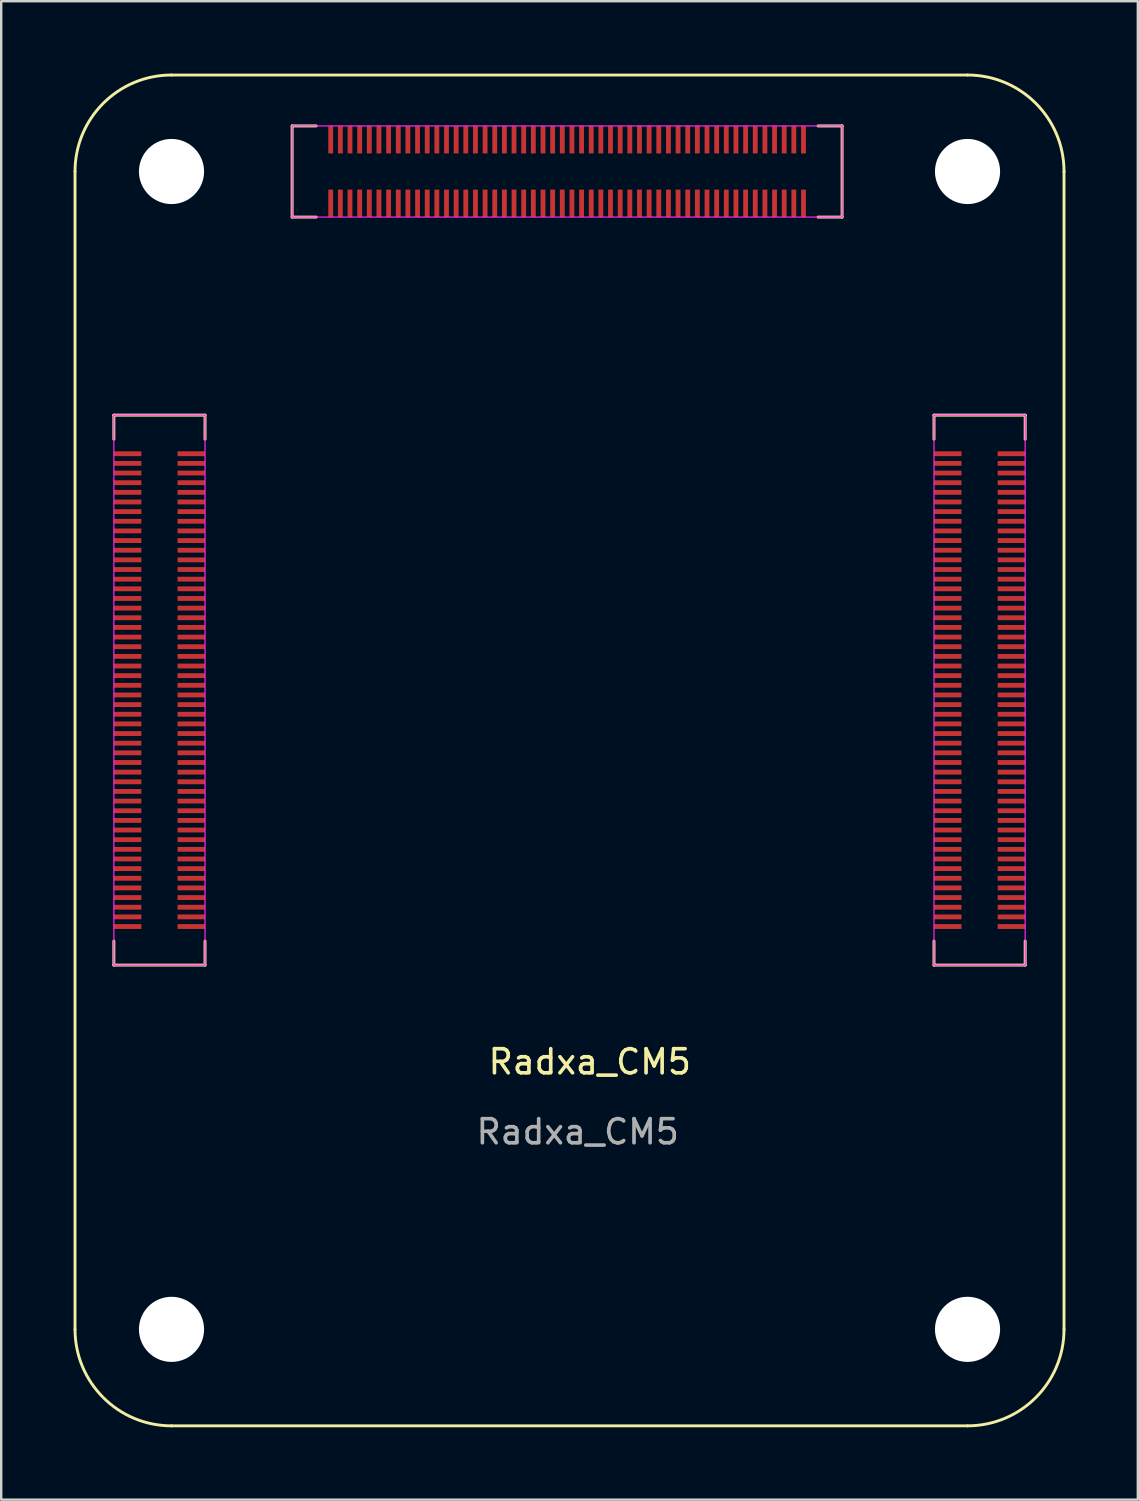
<source format=kicad_pcb>
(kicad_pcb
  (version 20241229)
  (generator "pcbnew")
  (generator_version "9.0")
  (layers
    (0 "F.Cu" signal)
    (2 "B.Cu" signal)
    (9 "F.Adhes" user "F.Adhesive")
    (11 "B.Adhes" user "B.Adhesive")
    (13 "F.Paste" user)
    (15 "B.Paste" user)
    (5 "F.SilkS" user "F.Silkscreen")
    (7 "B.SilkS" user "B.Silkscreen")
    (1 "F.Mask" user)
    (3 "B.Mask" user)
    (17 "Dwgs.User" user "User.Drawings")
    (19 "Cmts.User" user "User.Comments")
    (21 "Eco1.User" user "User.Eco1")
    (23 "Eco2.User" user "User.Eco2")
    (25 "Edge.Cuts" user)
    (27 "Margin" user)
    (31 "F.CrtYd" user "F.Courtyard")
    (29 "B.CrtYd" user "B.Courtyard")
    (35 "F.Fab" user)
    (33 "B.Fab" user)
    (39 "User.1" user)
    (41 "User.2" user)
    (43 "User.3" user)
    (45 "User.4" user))
  (footprint "Radxa_CM5"
    (layer "F.Cu")
    (at 4.06 52.06)
    (property "Reference" "Radxa_CM5" (at 17.34 -11.09 0) (unlocked yes) (layer "F.SilkS") (effects (font (size 1 1) (thickness 0.15))))
    (attr smd)
    (fp_rect (start -2.39 -36.4) (end -1.69 -36.2) (stroke (width 0) (type solid)) (fill yes) (layer "F.Mask"))
    (fp_rect (start -2.39 -36) (end -1.69 -35.8) (stroke (width 0) (type solid)) (fill yes) (layer "F.Mask"))
    (fp_rect (start -2.39 -35.6) (end -1.69 -35.4) (stroke (width 0) (type solid)) (fill yes) (layer "F.Mask"))
    (fp_rect (start -2.39 -35.2) (end -1.69 -35) (stroke (width 0) (type solid)) (fill yes) (layer "F.Mask"))
    (fp_rect (start -2.39 -34.8) (end -1.69 -34.6) (stroke (width 0) (type solid)) (fill yes) (layer "F.Mask"))
    (fp_rect (start -2.39 -34.4) (end -1.69 -34.2) (stroke (width 0) (type solid)) (fill yes) (layer "F.Mask"))
    (fp_rect (start -2.39 -34) (end -1.69 -33.8) (stroke (width 0) (type solid)) (fill yes) (layer "F.Mask"))
    (fp_rect (start -2.39 -33.6) (end -1.69 -33.4) (stroke (width 0) (type solid)) (fill yes) (layer "F.Mask"))
    (fp_rect (start -2.39 -33.2) (end -1.69 -33) (stroke (width 0) (type solid)) (fill yes) (layer "F.Mask"))
    (fp_rect (start -2.39 -32.8) (end -1.69 -32.6) (stroke (width 0) (type solid)) (fill yes) (layer "F.Mask"))
    (fp_rect (start -2.39 -32.4) (end -1.69 -32.2) (stroke (width 0) (type solid)) (fill yes) (layer "F.Mask"))
    (fp_rect (start -2.39 -32) (end -1.69 -31.8) (stroke (width 0) (type solid)) (fill yes) (layer "F.Mask"))
    (fp_rect (start -2.39 -31.6) (end -1.69 -31.4) (stroke (width 0) (type solid)) (fill yes) (layer "F.Mask"))
    (fp_rect (start -2.39 -31.2) (end -1.69 -31) (stroke (width 0) (type solid)) (fill yes) (layer "F.Mask"))
    (fp_rect (start -2.39 -30.8) (end -1.69 -30.6) (stroke (width 0) (type solid)) (fill yes) (layer "F.Mask"))
    (fp_rect (start -2.39 -30.4) (end -1.69 -30.2) (stroke (width 0) (type solid)) (fill yes) (layer "F.Mask"))
    (fp_rect (start -2.39 -30) (end -1.69 -29.8) (stroke (width 0) (type solid)) (fill yes) (layer "F.Mask"))
    (fp_rect (start -2.39 -29.6) (end -1.69 -29.4) (stroke (width 0) (type solid)) (fill yes) (layer "F.Mask"))
    (fp_rect (start -2.39 -29.2) (end -1.69 -29) (stroke (width 0) (type solid)) (fill yes) (layer "F.Mask"))
    (fp_rect (start -2.39 -28.8) (end -1.69 -28.6) (stroke (width 0) (type solid)) (fill yes) (layer "F.Mask"))
    (fp_rect (start -2.39 -28.4) (end -1.69 -28.2) (stroke (width 0) (type solid)) (fill yes) (layer "F.Mask"))
    (fp_rect (start -2.39 -28) (end -1.69 -27.8) (stroke (width 0) (type solid)) (fill yes) (layer "F.Mask"))
    (fp_rect (start -2.39 -27.6) (end -1.69 -27.4) (stroke (width 0) (type solid)) (fill yes) (layer "F.Mask"))
    (fp_rect (start -2.39 -27.2) (end -1.69 -27) (stroke (width 0) (type solid)) (fill yes) (layer "F.Mask"))
    (fp_rect (start -2.39 -26.8) (end -1.69 -26.6) (stroke (width 0) (type solid)) (fill yes) (layer "F.Mask"))
    (fp_rect (start -2.39 -26.4) (end -1.69 -26.2) (stroke (width 0) (type solid)) (fill yes) (layer "F.Mask"))
    (fp_rect (start -2.39 -26) (end -1.69 -25.8) (stroke (width 0) (type solid)) (fill yes) (layer "F.Mask"))
    (fp_rect (start -2.39 -25.6) (end -1.69 -25.4) (stroke (width 0) (type solid)) (fill yes) (layer "F.Mask"))
    (fp_rect (start -2.39 -25.2) (end -1.69 -25) (stroke (width 0) (type solid)) (fill yes) (layer "F.Mask"))
    (fp_rect (start -2.39 -24.8) (end -1.69 -24.6) (stroke (width 0) (type solid)) (fill yes) (layer "F.Mask"))
    (fp_rect (start -2.39 -24.4) (end -1.69 -24.2) (stroke (width 0) (type solid)) (fill yes) (layer "F.Mask"))
    (fp_rect (start -2.39 -24) (end -1.69 -23.8) (stroke (width 0) (type solid)) (fill yes) (layer "F.Mask"))
    (fp_rect (start -2.39 -23.6) (end -1.69 -23.4) (stroke (width 0) (type solid)) (fill yes) (layer "F.Mask"))
    (fp_rect (start -2.39 -23.2) (end -1.69 -23) (stroke (width 0) (type solid)) (fill yes) (layer "F.Mask"))
    (fp_rect (start -2.39 -22.8) (end -1.69 -22.6) (stroke (width 0) (type solid)) (fill yes) (layer "F.Mask"))
    (fp_rect (start -2.39 -22.4) (end -1.69 -22.2) (stroke (width 0) (type solid)) (fill yes) (layer "F.Mask"))
    (fp_rect (start -2.39 -22) (end -1.69 -21.8) (stroke (width 0) (type solid)) (fill yes) (layer "F.Mask"))
    (fp_rect (start -2.39 -21.6) (end -1.69 -21.4) (stroke (width 0) (type solid)) (fill yes) (layer "F.Mask"))
    (fp_rect (start -2.39 -21.2) (end -1.69 -21) (stroke (width 0) (type solid)) (fill yes) (layer "F.Mask"))
    (fp_rect (start -2.39 -20.8) (end -1.69 -20.6) (stroke (width 0) (type solid)) (fill yes) (layer "F.Mask"))
    (fp_rect (start -2.39 -20.4) (end -1.69 -20.2) (stroke (width 0) (type solid)) (fill yes) (layer "F.Mask"))
    (fp_rect (start -2.39 -20) (end -1.69 -19.8) (stroke (width 0) (type solid)) (fill yes) (layer "F.Mask"))
    (fp_rect (start -2.39 -19.6) (end -1.69 -19.4) (stroke (width 0) (type solid)) (fill yes) (layer "F.Mask"))
    (fp_rect (start -2.39 -19.2) (end -1.69 -19) (stroke (width 0) (type solid)) (fill yes) (layer "F.Mask"))
    (fp_rect (start -2.39 -18.8) (end -1.69 -18.6) (stroke (width 0) (type solid)) (fill yes) (layer "F.Mask"))
    (fp_rect (start -2.39 -18.4) (end -1.69 -18.2) (stroke (width 0) (type solid)) (fill yes) (layer "F.Mask"))
    (fp_rect (start -2.39 -18) (end -1.69 -17.8) (stroke (width 0) (type solid)) (fill yes) (layer "F.Mask"))
    (fp_rect (start -2.39 -17.6) (end -1.69 -17.4) (stroke (width 0) (type solid)) (fill yes) (layer "F.Mask"))
    (fp_rect (start -2.39 -17.2) (end -1.69 -17) (stroke (width 0) (type solid)) (fill yes) (layer "F.Mask"))
    (fp_rect (start -2.39 -16.8) (end -1.69 -16.6) (stroke (width 0) (type solid)) (fill yes) (layer "F.Mask"))
    (fp_rect (start 0.69 -36.4) (end 1.39 -36.2) (stroke (width 0) (type solid)) (fill yes) (layer "F.Mask"))
    (fp_rect (start 0.69 -36) (end 1.39 -35.8) (stroke (width 0) (type solid)) (fill yes) (layer "F.Mask"))
    (fp_rect (start 0.69 -35.6) (end 1.39 -35.4) (stroke (width 0) (type solid)) (fill yes) (layer "F.Mask"))
    (fp_rect (start 0.69 -35.2) (end 1.39 -35) (stroke (width 0) (type solid)) (fill yes) (layer "F.Mask"))
    (fp_rect (start 0.69 -34.8) (end 1.39 -34.6) (stroke (width 0) (type solid)) (fill yes) (layer "F.Mask"))
    (fp_rect (start 0.69 -34.4) (end 1.39 -34.2) (stroke (width 0) (type solid)) (fill yes) (layer "F.Mask"))
    (fp_rect (start 0.69 -34) (end 1.39 -33.8) (stroke (width 0) (type solid)) (fill yes) (layer "F.Mask"))
    (fp_rect (start 0.69 -33.6) (end 1.39 -33.4) (stroke (width 0) (type solid)) (fill yes) (layer "F.Mask"))
    (fp_rect (start 0.69 -33.2) (end 1.39 -33) (stroke (width 0) (type solid)) (fill yes) (layer "F.Mask"))
    (fp_rect (start 0.69 -32.8) (end 1.39 -32.6) (stroke (width 0) (type solid)) (fill yes) (layer "F.Mask"))
    (fp_rect (start 0.69 -32.4) (end 1.39 -32.2) (stroke (width 0) (type solid)) (fill yes) (layer "F.Mask"))
    (fp_rect (start 0.69 -32) (end 1.39 -31.8) (stroke (width 0) (type solid)) (fill yes) (layer "F.Mask"))
    (fp_rect (start 0.69 -31.6) (end 1.39 -31.4) (stroke (width 0) (type solid)) (fill yes) (layer "F.Mask"))
    (fp_rect (start 0.69 -31.2) (end 1.39 -31) (stroke (width 0) (type solid)) (fill yes) (layer "F.Mask"))
    (fp_rect (start 0.69 -30.8) (end 1.39 -30.6) (stroke (width 0) (type solid)) (fill yes) (layer "F.Mask"))
    (fp_rect (start 0.69 -30.4) (end 1.39 -30.2) (stroke (width 0) (type solid)) (fill yes) (layer "F.Mask"))
    (fp_rect (start 0.69 -30) (end 1.39 -29.8) (stroke (width 0) (type solid)) (fill yes) (layer "F.Mask"))
    (fp_rect (start 0.69 -29.6) (end 1.39 -29.4) (stroke (width 0) (type solid)) (fill yes) (layer "F.Mask"))
    (fp_rect (start 0.69 -29.2) (end 1.39 -29) (stroke (width 0) (type solid)) (fill yes) (layer "F.Mask"))
    (fp_rect (start 0.69 -28.8) (end 1.39 -28.6) (stroke (width 0) (type solid)) (fill yes) (layer "F.Mask"))
    (fp_rect (start 0.69 -28.4) (end 1.39 -28.2) (stroke (width 0) (type solid)) (fill yes) (layer "F.Mask"))
    (fp_rect (start 0.69 -28) (end 1.39 -27.8) (stroke (width 0) (type solid)) (fill yes) (layer "F.Mask"))
    (fp_rect (start 0.69 -27.6) (end 1.39 -27.4) (stroke (width 0) (type solid)) (fill yes) (layer "F.Mask"))
    (fp_rect (start 0.69 -27.2) (end 1.39 -27) (stroke (width 0) (type solid)) (fill yes) (layer "F.Mask"))
    (fp_rect (start 0.69 -26.8) (end 1.39 -26.6) (stroke (width 0) (type solid)) (fill yes) (layer "F.Mask"))
    (fp_rect (start 0.69 -26.4) (end 1.39 -26.2) (stroke (width 0) (type solid)) (fill yes) (layer "F.Mask"))
    (fp_rect (start 0.69 -26) (end 1.39 -25.8) (stroke (width 0) (type solid)) (fill yes) (layer "F.Mask"))
    (fp_rect (start 0.69 -25.6) (end 1.39 -25.4) (stroke (width 0) (type solid)) (fill yes) (layer "F.Mask"))
    (fp_rect (start 0.69 -25.2) (end 1.39 -25) (stroke (width 0) (type solid)) (fill yes) (layer "F.Mask"))
    (fp_rect (start 0.69 -24.8) (end 1.39 -24.6) (stroke (width 0) (type solid)) (fill yes) (layer "F.Mask"))
    (fp_rect (start 0.69 -24.4) (end 1.39 -24.2) (stroke (width 0) (type solid)) (fill yes) (layer "F.Mask"))
    (fp_rect (start 0.69 -24) (end 1.39 -23.8) (stroke (width 0) (type solid)) (fill yes) (layer "F.Mask"))
    (fp_rect (start 0.69 -23.6) (end 1.39 -23.4) (stroke (width 0) (type solid)) (fill yes) (layer "F.Mask"))
    (fp_rect (start 0.69 -23.2) (end 1.39 -23) (stroke (width 0) (type solid)) (fill yes) (layer "F.Mask"))
    (fp_rect (start 0.69 -22.8) (end 1.39 -22.6) (stroke (width 0) (type solid)) (fill yes) (layer "F.Mask"))
    (fp_rect (start 0.69 -22.4) (end 1.39 -22.2) (stroke (width 0) (type solid)) (fill yes) (layer "F.Mask"))
    (fp_rect (start 0.69 -22) (end 1.39 -21.8) (stroke (width 0) (type solid)) (fill yes) (layer "F.Mask"))
    (fp_rect (start 0.69 -21.6) (end 1.39 -21.4) (stroke (width 0) (type solid)) (fill yes) (layer "F.Mask"))
    (fp_rect (start 0.69 -21.2) (end 1.39 -21) (stroke (width 0) (type solid)) (fill yes) (layer "F.Mask"))
    (fp_rect (start 0.69 -20.8) (end 1.39 -20.6) (stroke (width 0) (type solid)) (fill yes) (layer "F.Mask"))
    (fp_rect (start 0.69 -20.4) (end 1.39 -20.2) (stroke (width 0) (type solid)) (fill yes) (layer "F.Mask"))
    (fp_rect (start 0.69 -20) (end 1.39 -19.8) (stroke (width 0) (type solid)) (fill yes) (layer "F.Mask"))
    (fp_rect (start 0.69 -19.6) (end 1.39 -19.4) (stroke (width 0) (type solid)) (fill yes) (layer "F.Mask"))
    (fp_rect (start 0.69 -19.2) (end 1.39 -19) (stroke (width 0) (type solid)) (fill yes) (layer "F.Mask"))
    (fp_rect (start 0.69 -18.8) (end 1.39 -18.6) (stroke (width 0) (type solid)) (fill yes) (layer "F.Mask"))
    (fp_rect (start 0.69 -18.4) (end 1.39 -18.2) (stroke (width 0) (type solid)) (fill yes) (layer "F.Mask"))
    (fp_rect (start 0.69 -18) (end 1.39 -17.8) (stroke (width 0) (type solid)) (fill yes) (layer "F.Mask"))
    (fp_rect (start 0.69 -17.6) (end 1.39 -17.4) (stroke (width 0) (type solid)) (fill yes) (layer "F.Mask"))
    (fp_rect (start 0.69 -17.2) (end 1.39 -17) (stroke (width 0) (type solid)) (fill yes) (layer "F.Mask"))
    (fp_rect (start 0.69 -16.8) (end 1.39 -16.6) (stroke (width 0) (type solid)) (fill yes) (layer "F.Mask"))
    (fp_rect (start 6.5 -49.89) (end 6.7 -49.19) (stroke (width 0) (type solid)) (fill yes) (layer "F.Mask"))
    (fp_rect (start 6.5 -46.81) (end 6.7 -46.11) (stroke (width 0) (type solid)) (fill yes) (layer "F.Mask"))
    (fp_rect (start 6.9 -49.89) (end 7.1 -49.19) (stroke (width 0) (type solid)) (fill yes) (layer "F.Mask"))
    (fp_rect (start 6.9 -46.81) (end 7.1 -46.11) (stroke (width 0) (type solid)) (fill yes) (layer "F.Mask"))
    (fp_rect (start 7.3 -49.89) (end 7.5 -49.19) (stroke (width 0) (type solid)) (fill yes) (layer "F.Mask"))
    (fp_rect (start 7.3 -46.81) (end 7.5 -46.11) (stroke (width 0) (type solid)) (fill yes) (layer "F.Mask"))
    (fp_rect (start 7.7 -49.89) (end 7.9 -49.19) (stroke (width 0) (type solid)) (fill yes) (layer "F.Mask"))
    (fp_rect (start 7.7 -46.81) (end 7.9 -46.11) (stroke (width 0) (type solid)) (fill yes) (layer "F.Mask"))
    (fp_rect (start 8.1 -49.89) (end 8.3 -49.19) (stroke (width 0) (type solid)) (fill yes) (layer "F.Mask"))
    (fp_rect (start 8.1 -46.81) (end 8.3 -46.11) (stroke (width 0) (type solid)) (fill yes) (layer "F.Mask"))
    (fp_rect (start 8.5 -49.89) (end 8.7 -49.19) (stroke (width 0) (type solid)) (fill yes) (layer "F.Mask"))
    (fp_rect (start 8.5 -46.81) (end 8.7 -46.11) (stroke (width 0) (type solid)) (fill yes) (layer "F.Mask"))
    (fp_rect (start 8.9 -49.89) (end 9.1 -49.19) (stroke (width 0) (type solid)) (fill yes) (layer "F.Mask"))
    (fp_rect (start 8.9 -46.81) (end 9.1 -46.11) (stroke (width 0) (type solid)) (fill yes) (layer "F.Mask"))
    (fp_rect (start 9.3 -49.89) (end 9.5 -49.19) (stroke (width 0) (type solid)) (fill yes) (layer "F.Mask"))
    (fp_rect (start 9.3 -46.81) (end 9.5 -46.11) (stroke (width 0) (type solid)) (fill yes) (layer "F.Mask"))
    (fp_rect (start 9.7 -49.89) (end 9.9 -49.19) (stroke (width 0) (type solid)) (fill yes) (layer "F.Mask"))
    (fp_rect (start 9.7 -46.81) (end 9.9 -46.11) (stroke (width 0) (type solid)) (fill yes) (layer "F.Mask"))
    (fp_rect (start 10.1 -49.89) (end 10.3 -49.19) (stroke (width 0) (type solid)) (fill yes) (layer "F.Mask"))
    (fp_rect (start 10.1 -46.81) (end 10.3 -46.11) (stroke (width 0) (type solid)) (fill yes) (layer "F.Mask"))
    (fp_rect (start 10.5 -49.89) (end 10.7 -49.19) (stroke (width 0) (type solid)) (fill yes) (layer "F.Mask"))
    (fp_rect (start 10.5 -46.81) (end 10.7 -46.11) (stroke (width 0) (type solid)) (fill yes) (layer "F.Mask"))
    (fp_rect (start 10.9 -49.89) (end 11.1 -49.19) (stroke (width 0) (type solid)) (fill yes) (layer "F.Mask"))
    (fp_rect (start 10.9 -46.81) (end 11.1 -46.11) (stroke (width 0) (type solid)) (fill yes) (layer "F.Mask"))
    (fp_rect (start 11.3 -49.89) (end 11.5 -49.19) (stroke (width 0) (type solid)) (fill yes) (layer "F.Mask"))
    (fp_rect (start 11.3 -46.81) (end 11.5 -46.11) (stroke (width 0) (type solid)) (fill yes) (layer "F.Mask"))
    (fp_rect (start 11.7 -49.89) (end 11.9 -49.19) (stroke (width 0) (type solid)) (fill yes) (layer "F.Mask"))
    (fp_rect (start 11.7 -46.81) (end 11.9 -46.11) (stroke (width 0) (type solid)) (fill yes) (layer "F.Mask"))
    (fp_rect (start 12.1 -49.89) (end 12.3 -49.19) (stroke (width 0) (type solid)) (fill yes) (layer "F.Mask"))
    (fp_rect (start 12.1 -46.81) (end 12.3 -46.11) (stroke (width 0) (type solid)) (fill yes) (layer "F.Mask"))
    (fp_rect (start 12.5 -49.89) (end 12.7 -49.19) (stroke (width 0) (type solid)) (fill yes) (layer "F.Mask"))
    (fp_rect (start 12.5 -46.81) (end 12.7 -46.11) (stroke (width 0) (type solid)) (fill yes) (layer "F.Mask"))
    (fp_rect (start 12.9 -49.89) (end 13.1 -49.19) (stroke (width 0) (type solid)) (fill yes) (layer "F.Mask"))
    (fp_rect (start 12.9 -46.81) (end 13.1 -46.11) (stroke (width 0) (type solid)) (fill yes) (layer "F.Mask"))
    (fp_rect (start 13.3 -49.89) (end 13.5 -49.19) (stroke (width 0) (type solid)) (fill yes) (layer "F.Mask"))
    (fp_rect (start 13.3 -46.81) (end 13.5 -46.11) (stroke (width 0) (type solid)) (fill yes) (layer "F.Mask"))
    (fp_rect (start 13.7 -49.89) (end 13.9 -49.19) (stroke (width 0) (type solid)) (fill yes) (layer "F.Mask"))
    (fp_rect (start 13.7 -46.81) (end 13.9 -46.11) (stroke (width 0) (type solid)) (fill yes) (layer "F.Mask"))
    (fp_rect (start 14.1 -49.89) (end 14.3 -49.19) (stroke (width 0) (type solid)) (fill yes) (layer "F.Mask"))
    (fp_rect (start 14.1 -46.81) (end 14.3 -46.11) (stroke (width 0) (type solid)) (fill yes) (layer "F.Mask"))
    (fp_rect (start 14.5 -49.89) (end 14.7 -49.19) (stroke (width 0) (type solid)) (fill yes) (layer "F.Mask"))
    (fp_rect (start 14.5 -46.81) (end 14.7 -46.11) (stroke (width 0) (type solid)) (fill yes) (layer "F.Mask"))
    (fp_rect (start 14.9 -49.89) (end 15.1 -49.19) (stroke (width 0) (type solid)) (fill yes) (layer "F.Mask"))
    (fp_rect (start 14.9 -46.81) (end 15.1 -46.11) (stroke (width 0) (type solid)) (fill yes) (layer "F.Mask"))
    (fp_rect (start 15.3 -49.89) (end 15.5 -49.19) (stroke (width 0) (type solid)) (fill yes) (layer "F.Mask"))
    (fp_rect (start 15.3 -46.81) (end 15.5 -46.11) (stroke (width 0) (type solid)) (fill yes) (layer "F.Mask"))
    (fp_rect (start 15.7 -49.89) (end 15.9 -49.19) (stroke (width 0) (type solid)) (fill yes) (layer "F.Mask"))
    (fp_rect (start 15.7 -46.81) (end 15.9 -46.11) (stroke (width 0) (type solid)) (fill yes) (layer "F.Mask"))
    (fp_rect (start 16.1 -49.89) (end 16.3 -49.19) (stroke (width 0) (type solid)) (fill yes) (layer "F.Mask"))
    (fp_rect (start 16.1 -46.81) (end 16.3 -46.11) (stroke (width 0) (type solid)) (fill yes) (layer "F.Mask"))
    (fp_rect (start 16.5 -49.89) (end 16.7 -49.19) (stroke (width 0) (type solid)) (fill yes) (layer "F.Mask"))
    (fp_rect (start 16.5 -46.81) (end 16.7 -46.11) (stroke (width 0) (type solid)) (fill yes) (layer "F.Mask"))
    (fp_rect (start 16.9 -49.89) (end 17.1 -49.19) (stroke (width 0) (type solid)) (fill yes) (layer "F.Mask"))
    (fp_rect (start 16.9 -46.81) (end 17.1 -46.11) (stroke (width 0) (type solid)) (fill yes) (layer "F.Mask"))
    (fp_rect (start 17.3 -49.89) (end 17.5 -49.19) (stroke (width 0) (type solid)) (fill yes) (layer "F.Mask"))
    (fp_rect (start 17.3 -46.81) (end 17.5 -46.11) (stroke (width 0) (type solid)) (fill yes) (layer "F.Mask"))
    (fp_rect (start 17.7 -49.89) (end 17.9 -49.19) (stroke (width 0) (type solid)) (fill yes) (layer "F.Mask"))
    (fp_rect (start 17.7 -46.81) (end 17.9 -46.11) (stroke (width 0) (type solid)) (fill yes) (layer "F.Mask"))
    (fp_rect (start 18.1 -49.89) (end 18.3 -49.19) (stroke (width 0) (type solid)) (fill yes) (layer "F.Mask"))
    (fp_rect (start 18.1 -46.81) (end 18.3 -46.11) (stroke (width 0) (type solid)) (fill yes) (layer "F.Mask"))
    (fp_rect (start 18.5 -49.89) (end 18.7 -49.19) (stroke (width 0) (type solid)) (fill yes) (layer "F.Mask"))
    (fp_rect (start 18.5 -46.81) (end 18.7 -46.11) (stroke (width 0) (type solid)) (fill yes) (layer "F.Mask"))
    (fp_rect (start 18.9 -49.89) (end 19.1 -49.19) (stroke (width 0) (type solid)) (fill yes) (layer "F.Mask"))
    (fp_rect (start 18.9 -46.81) (end 19.1 -46.11) (stroke (width 0) (type solid)) (fill yes) (layer "F.Mask"))
    (fp_rect (start 19.3 -49.89) (end 19.5 -49.19) (stroke (width 0) (type solid)) (fill yes) (layer "F.Mask"))
    (fp_rect (start 19.3 -46.81) (end 19.5 -46.11) (stroke (width 0) (type solid)) (fill yes) (layer "F.Mask"))
    (fp_rect (start 19.7 -49.89) (end 19.9 -49.19) (stroke (width 0) (type solid)) (fill yes) (layer "F.Mask"))
    (fp_rect (start 19.7 -46.81) (end 19.9 -46.11) (stroke (width 0) (type solid)) (fill yes) (layer "F.Mask"))
    (fp_rect (start 20.1 -49.89) (end 20.3 -49.19) (stroke (width 0) (type solid)) (fill yes) (layer "F.Mask"))
    (fp_rect (start 20.1 -46.81) (end 20.3 -46.11) (stroke (width 0) (type solid)) (fill yes) (layer "F.Mask"))
    (fp_rect (start 20.5 -49.89) (end 20.7 -49.19) (stroke (width 0) (type solid)) (fill yes) (layer "F.Mask"))
    (fp_rect (start 20.5 -46.81) (end 20.7 -46.11) (stroke (width 0) (type solid)) (fill yes) (layer "F.Mask"))
    (fp_rect (start 20.9 -49.89) (end 21.1 -49.19) (stroke (width 0) (type solid)) (fill yes) (layer "F.Mask"))
    (fp_rect (start 20.9 -46.81) (end 21.1 -46.11) (stroke (width 0) (type solid)) (fill yes) (layer "F.Mask"))
    (fp_rect (start 21.3 -49.89) (end 21.5 -49.19) (stroke (width 0) (type solid)) (fill yes) (layer "F.Mask"))
    (fp_rect (start 21.3 -46.81) (end 21.5 -46.11) (stroke (width 0) (type solid)) (fill yes) (layer "F.Mask"))
    (fp_rect (start 21.7 -49.89) (end 21.9 -49.19) (stroke (width 0) (type solid)) (fill yes) (layer "F.Mask"))
    (fp_rect (start 21.7 -46.81) (end 21.9 -46.11) (stroke (width 0) (type solid)) (fill yes) (layer "F.Mask"))
    (fp_rect (start 22.1 -49.89) (end 22.3 -49.19) (stroke (width 0) (type solid)) (fill yes) (layer "F.Mask"))
    (fp_rect (start 22.1 -46.81) (end 22.3 -46.11) (stroke (width 0) (type solid)) (fill yes) (layer "F.Mask"))
    (fp_rect (start 22.5 -49.89) (end 22.7 -49.19) (stroke (width 0) (type solid)) (fill yes) (layer "F.Mask"))
    (fp_rect (start 22.5 -46.81) (end 22.7 -46.11) (stroke (width 0) (type solid)) (fill yes) (layer "F.Mask"))
    (fp_rect (start 22.9 -49.89) (end 23.1 -49.19) (stroke (width 0) (type solid)) (fill yes) (layer "F.Mask"))
    (fp_rect (start 22.9 -46.81) (end 23.1 -46.11) (stroke (width 0) (type solid)) (fill yes) (layer "F.Mask"))
    (fp_rect (start 23.3 -49.89) (end 23.5 -49.19) (stroke (width 0) (type solid)) (fill yes) (layer "F.Mask"))
    (fp_rect (start 23.3 -46.81) (end 23.5 -46.11) (stroke (width 0) (type solid)) (fill yes) (layer "F.Mask"))
    (fp_rect (start 23.7 -49.89) (end 23.9 -49.19) (stroke (width 0) (type solid)) (fill yes) (layer "F.Mask"))
    (fp_rect (start 23.7 -46.81) (end 23.9 -46.11) (stroke (width 0) (type solid)) (fill yes) (layer "F.Mask"))
    (fp_rect (start 24.1 -49.89) (end 24.3 -49.19) (stroke (width 0) (type solid)) (fill yes) (layer "F.Mask"))
    (fp_rect (start 24.1 -46.81) (end 24.3 -46.11) (stroke (width 0) (type solid)) (fill yes) (layer "F.Mask"))
    (fp_rect (start 24.5 -49.89) (end 24.7 -49.19) (stroke (width 0) (type solid)) (fill yes) (layer "F.Mask"))
    (fp_rect (start 24.5 -46.81) (end 24.7 -46.11) (stroke (width 0) (type solid)) (fill yes) (layer "F.Mask"))
    (fp_rect (start 24.9 -49.89) (end 25.1 -49.19) (stroke (width 0) (type solid)) (fill yes) (layer "F.Mask"))
    (fp_rect (start 24.9 -46.81) (end 25.1 -46.11) (stroke (width 0) (type solid)) (fill yes) (layer "F.Mask"))
    (fp_rect (start 25.3 -49.89) (end 25.5 -49.19) (stroke (width 0) (type solid)) (fill yes) (layer "F.Mask"))
    (fp_rect (start 25.3 -46.81) (end 25.5 -46.11) (stroke (width 0) (type solid)) (fill yes) (layer "F.Mask"))
    (fp_rect (start 25.7 -49.89) (end 25.9 -49.19) (stroke (width 0) (type solid)) (fill yes) (layer "F.Mask"))
    (fp_rect (start 25.7 -46.81) (end 25.9 -46.11) (stroke (width 0) (type solid)) (fill yes) (layer "F.Mask"))
    (fp_rect (start 26.1 -49.89) (end 26.3 -49.19) (stroke (width 0) (type solid)) (fill yes) (layer "F.Mask"))
    (fp_rect (start 26.1 -46.81) (end 26.3 -46.11) (stroke (width 0) (type solid)) (fill yes) (layer "F.Mask"))
    (fp_rect (start 31.61 -36.4) (end 32.31 -36.2) (stroke (width 0) (type solid)) (fill yes) (layer "F.Mask"))
    (fp_rect (start 31.61 -36) (end 32.31 -35.8) (stroke (width 0) (type solid)) (fill yes) (layer "F.Mask"))
    (fp_rect (start 31.61 -35.6) (end 32.31 -35.4) (stroke (width 0) (type solid)) (fill yes) (layer "F.Mask"))
    (fp_rect (start 31.61 -35.2) (end 32.31 -35) (stroke (width 0) (type solid)) (fill yes) (layer "F.Mask"))
    (fp_rect (start 31.61 -34.8) (end 32.31 -34.6) (stroke (width 0) (type solid)) (fill yes) (layer "F.Mask"))
    (fp_rect (start 31.61 -34.4) (end 32.31 -34.2) (stroke (width 0) (type solid)) (fill yes) (layer "F.Mask"))
    (fp_rect (start 31.61 -34) (end 32.31 -33.8) (stroke (width 0) (type solid)) (fill yes) (layer "F.Mask"))
    (fp_rect (start 31.61 -33.6) (end 32.31 -33.4) (stroke (width 0) (type solid)) (fill yes) (layer "F.Mask"))
    (fp_rect (start 31.61 -33.2) (end 32.31 -33) (stroke (width 0) (type solid)) (fill yes) (layer "F.Mask"))
    (fp_rect (start 31.61 -32.8) (end 32.31 -32.6) (stroke (width 0) (type solid)) (fill yes) (layer "F.Mask"))
    (fp_rect (start 31.61 -32.4) (end 32.31 -32.2) (stroke (width 0) (type solid)) (fill yes) (layer "F.Mask"))
    (fp_rect (start 31.61 -32) (end 32.31 -31.8) (stroke (width 0) (type solid)) (fill yes) (layer "F.Mask"))
    (fp_rect (start 31.61 -31.6) (end 32.31 -31.4) (stroke (width 0) (type solid)) (fill yes) (layer "F.Mask"))
    (fp_rect (start 31.61 -31.2) (end 32.31 -31) (stroke (width 0) (type solid)) (fill yes) (layer "F.Mask"))
    (fp_rect (start 31.61 -30.8) (end 32.31 -30.6) (stroke (width 0) (type solid)) (fill yes) (layer "F.Mask"))
    (fp_rect (start 31.61 -30.4) (end 32.31 -30.2) (stroke (width 0) (type solid)) (fill yes) (layer "F.Mask"))
    (fp_rect (start 31.61 -30) (end 32.31 -29.8) (stroke (width 0) (type solid)) (fill yes) (layer "F.Mask"))
    (fp_rect (start 31.61 -29.6) (end 32.31 -29.4) (stroke (width 0) (type solid)) (fill yes) (layer "F.Mask"))
    (fp_rect (start 31.61 -29.2) (end 32.31 -29) (stroke (width 0) (type solid)) (fill yes) (layer "F.Mask"))
    (fp_rect (start 31.61 -28.8) (end 32.31 -28.6) (stroke (width 0) (type solid)) (fill yes) (layer "F.Mask"))
    (fp_rect (start 31.61 -28.4) (end 32.31 -28.2) (stroke (width 0) (type solid)) (fill yes) (layer "F.Mask"))
    (fp_rect (start 31.61 -28) (end 32.31 -27.8) (stroke (width 0) (type solid)) (fill yes) (layer "F.Mask"))
    (fp_rect (start 31.61 -27.6) (end 32.31 -27.4) (stroke (width 0) (type solid)) (fill yes) (layer "F.Mask"))
    (fp_rect (start 31.61 -27.2) (end 32.31 -27) (stroke (width 0) (type solid)) (fill yes) (layer "F.Mask"))
    (fp_rect (start 31.61 -26.8) (end 32.31 -26.6) (stroke (width 0) (type solid)) (fill yes) (layer "F.Mask"))
    (fp_rect (start 31.61 -26.4) (end 32.31 -26.2) (stroke (width 0) (type solid)) (fill yes) (layer "F.Mask"))
    (fp_rect (start 31.61 -26) (end 32.31 -25.8) (stroke (width 0) (type solid)) (fill yes) (layer "F.Mask"))
    (fp_rect (start 31.61 -25.6) (end 32.31 -25.4) (stroke (width 0) (type solid)) (fill yes) (layer "F.Mask"))
    (fp_rect (start 31.61 -25.2) (end 32.31 -25) (stroke (width 0) (type solid)) (fill yes) (layer "F.Mask"))
    (fp_rect (start 31.61 -24.8) (end 32.31 -24.6) (stroke (width 0) (type solid)) (fill yes) (layer "F.Mask"))
    (fp_rect (start 31.61 -24.4) (end 32.31 -24.2) (stroke (width 0) (type solid)) (fill yes) (layer "F.Mask"))
    (fp_rect (start 31.61 -24) (end 32.31 -23.8) (stroke (width 0) (type solid)) (fill yes) (layer "F.Mask"))
    (fp_rect (start 31.61 -23.6) (end 32.31 -23.4) (stroke (width 0) (type solid)) (fill yes) (layer "F.Mask"))
    (fp_rect (start 31.61 -23.2) (end 32.31 -23) (stroke (width 0) (type solid)) (fill yes) (layer "F.Mask"))
    (fp_rect (start 31.61 -22.8) (end 32.31 -22.6) (stroke (width 0) (type solid)) (fill yes) (layer "F.Mask"))
    (fp_rect (start 31.61 -22.4) (end 32.31 -22.2) (stroke (width 0) (type solid)) (fill yes) (layer "F.Mask"))
    (fp_rect (start 31.61 -22) (end 32.31 -21.8) (stroke (width 0) (type solid)) (fill yes) (layer "F.Mask"))
    (fp_rect (start 31.61 -21.6) (end 32.31 -21.4) (stroke (width 0) (type solid)) (fill yes) (layer "F.Mask"))
    (fp_rect (start 31.61 -21.2) (end 32.31 -21) (stroke (width 0) (type solid)) (fill yes) (layer "F.Mask"))
    (fp_rect (start 31.61 -20.8) (end 32.31 -20.6) (stroke (width 0) (type solid)) (fill yes) (layer "F.Mask"))
    (fp_rect (start 31.61 -20.4) (end 32.31 -20.2) (stroke (width 0) (type solid)) (fill yes) (layer "F.Mask"))
    (fp_rect (start 31.61 -20) (end 32.31 -19.8) (stroke (width 0) (type solid)) (fill yes) (layer "F.Mask"))
    (fp_rect (start 31.61 -19.6) (end 32.31 -19.4) (stroke (width 0) (type solid)) (fill yes) (layer "F.Mask"))
    (fp_rect (start 31.61 -19.2) (end 32.31 -19) (stroke (width 0) (type solid)) (fill yes) (layer "F.Mask"))
    (fp_rect (start 31.61 -18.8) (end 32.31 -18.6) (stroke (width 0) (type solid)) (fill yes) (layer "F.Mask"))
    (fp_rect (start 31.61 -18.4) (end 32.31 -18.2) (stroke (width 0) (type solid)) (fill yes) (layer "F.Mask"))
    (fp_rect (start 31.61 -18) (end 32.31 -17.8) (stroke (width 0) (type solid)) (fill yes) (layer "F.Mask"))
    (fp_rect (start 31.61 -17.6) (end 32.31 -17.4) (stroke (width 0) (type solid)) (fill yes) (layer "F.Mask"))
    (fp_rect (start 31.61 -17.2) (end 32.31 -17) (stroke (width 0) (type solid)) (fill yes) (layer "F.Mask"))
    (fp_rect (start 31.61 -16.8) (end 32.31 -16.6) (stroke (width 0) (type solid)) (fill yes) (layer "F.Mask"))
    (fp_rect (start 34.69 -36.4) (end 35.39 -36.2) (stroke (width 0) (type solid)) (fill yes) (layer "F.Mask"))
    (fp_rect (start 34.69 -36) (end 35.39 -35.8) (stroke (width 0) (type solid)) (fill yes) (layer "F.Mask"))
    (fp_rect (start 34.69 -35.6) (end 35.39 -35.4) (stroke (width 0) (type solid)) (fill yes) (layer "F.Mask"))
    (fp_rect (start 34.69 -35.2) (end 35.39 -35) (stroke (width 0) (type solid)) (fill yes) (layer "F.Mask"))
    (fp_rect (start 34.69 -34.8) (end 35.39 -34.6) (stroke (width 0) (type solid)) (fill yes) (layer "F.Mask"))
    (fp_rect (start 34.69 -34.4) (end 35.39 -34.2) (stroke (width 0) (type solid)) (fill yes) (layer "F.Mask"))
    (fp_rect (start 34.69 -34) (end 35.39 -33.8) (stroke (width 0) (type solid)) (fill yes) (layer "F.Mask"))
    (fp_rect (start 34.69 -33.6) (end 35.39 -33.4) (stroke (width 0) (type solid)) (fill yes) (layer "F.Mask"))
    (fp_rect (start 34.69 -33.2) (end 35.39 -33) (stroke (width 0) (type solid)) (fill yes) (layer "F.Mask"))
    (fp_rect (start 34.69 -32.8) (end 35.39 -32.6) (stroke (width 0) (type solid)) (fill yes) (layer "F.Mask"))
    (fp_rect (start 34.69 -32.4) (end 35.39 -32.2) (stroke (width 0) (type solid)) (fill yes) (layer "F.Mask"))
    (fp_rect (start 34.69 -32) (end 35.39 -31.8) (stroke (width 0) (type solid)) (fill yes) (layer "F.Mask"))
    (fp_rect (start 34.69 -31.6) (end 35.39 -31.4) (stroke (width 0) (type solid)) (fill yes) (layer "F.Mask"))
    (fp_rect (start 34.69 -31.2) (end 35.39 -31) (stroke (width 0) (type solid)) (fill yes) (layer "F.Mask"))
    (fp_rect (start 34.69 -30.8) (end 35.39 -30.6) (stroke (width 0) (type solid)) (fill yes) (layer "F.Mask"))
    (fp_rect (start 34.69 -30.4) (end 35.39 -30.2) (stroke (width 0) (type solid)) (fill yes) (layer "F.Mask"))
    (fp_rect (start 34.69 -30) (end 35.39 -29.8) (stroke (width 0) (type solid)) (fill yes) (layer "F.Mask"))
    (fp_rect (start 34.69 -29.6) (end 35.39 -29.4) (stroke (width 0) (type solid)) (fill yes) (layer "F.Mask"))
    (fp_rect (start 34.69 -29.2) (end 35.39 -29) (stroke (width 0) (type solid)) (fill yes) (layer "F.Mask"))
    (fp_rect (start 34.69 -28.8) (end 35.39 -28.6) (stroke (width 0) (type solid)) (fill yes) (layer "F.Mask"))
    (fp_rect (start 34.69 -28.4) (end 35.39 -28.2) (stroke (width 0) (type solid)) (fill yes) (layer "F.Mask"))
    (fp_rect (start 34.69 -28) (end 35.39 -27.8) (stroke (width 0) (type solid)) (fill yes) (layer "F.Mask"))
    (fp_rect (start 34.69 -27.6) (end 35.39 -27.4) (stroke (width 0) (type solid)) (fill yes) (layer "F.Mask"))
    (fp_rect (start 34.69 -27.2) (end 35.39 -27) (stroke (width 0) (type solid)) (fill yes) (layer "F.Mask"))
    (fp_rect (start 34.69 -26.8) (end 35.39 -26.6) (stroke (width 0) (type solid)) (fill yes) (layer "F.Mask"))
    (fp_rect (start 34.69 -26.4) (end 35.39 -26.2) (stroke (width 0) (type solid)) (fill yes) (layer "F.Mask"))
    (fp_rect (start 34.69 -26) (end 35.39 -25.8) (stroke (width 0) (type solid)) (fill yes) (layer "F.Mask"))
    (fp_rect (start 34.69 -25.6) (end 35.39 -25.4) (stroke (width 0) (type solid)) (fill yes) (layer "F.Mask"))
    (fp_rect (start 34.69 -25.2) (end 35.39 -25) (stroke (width 0) (type solid)) (fill yes) (layer "F.Mask"))
    (fp_rect (start 34.69 -24.8) (end 35.39 -24.6) (stroke (width 0) (type solid)) (fill yes) (layer "F.Mask"))
    (fp_rect (start 34.69 -24.4) (end 35.39 -24.2) (stroke (width 0) (type solid)) (fill yes) (layer "F.Mask"))
    (fp_rect (start 34.69 -24) (end 35.39 -23.8) (stroke (width 0) (type solid)) (fill yes) (layer "F.Mask"))
    (fp_rect (start 34.69 -23.6) (end 35.39 -23.4) (stroke (width 0) (type solid)) (fill yes) (layer "F.Mask"))
    (fp_rect (start 34.69 -23.2) (end 35.39 -23) (stroke (width 0) (type solid)) (fill yes) (layer "F.Mask"))
    (fp_rect (start 34.69 -22.8) (end 35.39 -22.6) (stroke (width 0) (type solid)) (fill yes) (layer "F.Mask"))
    (fp_rect (start 34.69 -22.4) (end 35.39 -22.2) (stroke (width 0) (type solid)) (fill yes) (layer "F.Mask"))
    (fp_rect (start 34.69 -22) (end 35.39 -21.8) (stroke (width 0) (type solid)) (fill yes) (layer "F.Mask"))
    (fp_rect (start 34.69 -21.6) (end 35.39 -21.4) (stroke (width 0) (type solid)) (fill yes) (layer "F.Mask"))
    (fp_rect (start 34.69 -21.2) (end 35.39 -21) (stroke (width 0) (type solid)) (fill yes) (layer "F.Mask"))
    (fp_rect (start 34.69 -20.8) (end 35.39 -20.6) (stroke (width 0) (type solid)) (fill yes) (layer "F.Mask"))
    (fp_rect (start 34.69 -20.4) (end 35.39 -20.2) (stroke (width 0) (type solid)) (fill yes) (layer "F.Mask"))
    (fp_rect (start 34.69 -20) (end 35.39 -19.8) (stroke (width 0) (type solid)) (fill yes) (layer "F.Mask"))
    (fp_rect (start 34.69 -19.6) (end 35.39 -19.4) (stroke (width 0) (type solid)) (fill yes) (layer "F.Mask"))
    (fp_rect (start 34.69 -19.2) (end 35.39 -19) (stroke (width 0) (type solid)) (fill yes) (layer "F.Mask"))
    (fp_rect (start 34.69 -18.8) (end 35.39 -18.6) (stroke (width 0) (type solid)) (fill yes) (layer "F.Mask"))
    (fp_rect (start 34.69 -18.4) (end 35.39 -18.2) (stroke (width 0) (type solid)) (fill yes) (layer "F.Mask"))
    (fp_rect (start 34.69 -18) (end 35.39 -17.8) (stroke (width 0) (type solid)) (fill yes) (layer "F.Mask"))
    (fp_rect (start 34.69 -17.6) (end 35.39 -17.4) (stroke (width 0) (type solid)) (fill yes) (layer "F.Mask"))
    (fp_rect (start 34.69 -17.2) (end 35.39 -17) (stroke (width 0) (type solid)) (fill yes) (layer "F.Mask"))
    (fp_rect (start 34.69 -16.8) (end 35.39 -16.6) (stroke (width 0) (type solid)) (fill yes) (layer "F.Mask"))
    (fp_line (start -4 -48) (end -4 0) (stroke (width 0.12) (type default)) (layer "F.SilkS"))
    (fp_line (start -2.39 -37.9) (end -2.39 -36.9) (stroke (width 0.12) (type default)) (layer "F.SilkS"))
    (fp_line (start -2.39 -37.9) (end 1.39 -37.9) (stroke (width 0.12) (type default)) (layer "F.SilkS"))
    (fp_line (start -2.39 -15.1) (end -2.39 -16.1) (stroke (width 0.12) (type default)) (layer "F.SilkS"))
    (fp_line (start -2.39 -15.1) (end 1.39 -15.1) (stroke (width 0.12) (type default)) (layer "F.SilkS"))
    (fp_line (start 0 -52) (end 33 -52) (stroke (width 0.12) (type default)) (layer "F.SilkS"))
    (fp_line (start 0 4) (end 33 4) (stroke (width 0.12) (type default)) (layer "F.SilkS"))
    (fp_line (start 1.39 -37.9) (end 1.39 -36.9) (stroke (width 0.12) (type default)) (layer "F.SilkS"))
    (fp_line (start 1.39 -15.1) (end 1.39 -16.1) (stroke (width 0.12) (type default)) (layer "F.SilkS"))
    (fp_line (start 5 -49.89) (end 6 -49.89) (stroke (width 0.12) (type default)) (layer "F.SilkS"))
    (fp_line (start 5 -46.11) (end 5 -49.89) (stroke (width 0.12) (type default)) (layer "F.SilkS"))
    (fp_line (start 5 -46.11) (end 6 -46.11) (stroke (width 0.12) (type default)) (layer "F.SilkS"))
    (fp_line (start 27.8 -49.89) (end 26.8 -49.89) (stroke (width 0.12) (type default)) (layer "F.SilkS"))
    (fp_line (start 27.8 -46.11) (end 26.8 -46.11) (stroke (width 0.12) (type default)) (layer "F.SilkS"))
    (fp_line (start 27.8 -46.11) (end 27.8 -49.89) (stroke (width 0.12) (type default)) (layer "F.SilkS"))
    (fp_line (start 31.61 -37.9) (end 31.61 -36.9) (stroke (width 0.12) (type default)) (layer "F.SilkS"))
    (fp_line (start 31.61 -37.9) (end 35.39 -37.9) (stroke (width 0.12) (type default)) (layer "F.SilkS"))
    (fp_line (start 31.61 -15.1) (end 31.61 -16.1) (stroke (width 0.12) (type default)) (layer "F.SilkS"))
    (fp_line (start 31.61 -15.1) (end 35.39 -15.1) (stroke (width 0.12) (type default)) (layer "F.SilkS"))
    (fp_line (start 35.39 -37.9) (end 35.39 -36.9) (stroke (width 0.12) (type default)) (layer "F.SilkS"))
    (fp_line (start 35.39 -15.1) (end 35.39 -16.1) (stroke (width 0.12) (type default)) (layer "F.SilkS"))
    (fp_line (start 37 -48) (end 37 0) (stroke (width 0.12) (type default)) (layer "F.SilkS"))
    (fp_arc (start -4 -48) (mid -2.828427 -50.828427) (end 0 -52) (stroke (width 0.12) (type default)) (layer "F.SilkS"))
    (fp_arc (start 0 4) (mid -2.828427 2.828427) (end -4 0) (stroke (width 0.12) (type default)) (layer "F.SilkS"))
    (fp_arc (start 33 -52) (mid 35.828427 -50.828427) (end 37 -48) (stroke (width 0.12) (type default)) (layer "F.SilkS"))
    (fp_arc (start 37 0) (mid 35.828427 2.828427) (end 33 4) (stroke (width 0.12) (type default)) (layer "F.SilkS"))
    (fp_rect (start -2.32 -36.38) (end -1.76 -36.22) (stroke (width 0) (type solid)) (fill yes) (layer "F.Paste"))
    (fp_rect (start -2.32 -35.98) (end -1.76 -35.82) (stroke (width 0) (type solid)) (fill yes) (layer "F.Paste"))
    (fp_rect (start -2.32 -35.58) (end -1.76 -35.42) (stroke (width 0) (type solid)) (fill yes) (layer "F.Paste"))
    (fp_rect (start -2.32 -35.18) (end -1.76 -35.02) (stroke (width 0) (type solid)) (fill yes) (layer "F.Paste"))
    (fp_rect (start -2.32 -34.78) (end -1.76 -34.62) (stroke (width 0) (type solid)) (fill yes) (layer "F.Paste"))
    (fp_rect (start -2.32 -34.38) (end -1.76 -34.22) (stroke (width 0) (type solid)) (fill yes) (layer "F.Paste"))
    (fp_rect (start -2.32 -33.98) (end -1.76 -33.82) (stroke (width 0) (type solid)) (fill yes) (layer "F.Paste"))
    (fp_rect (start -2.32 -33.58) (end -1.76 -33.42) (stroke (width 0) (type solid)) (fill yes) (layer "F.Paste"))
    (fp_rect (start -2.32 -33.18) (end -1.76 -33.02) (stroke (width 0) (type solid)) (fill yes) (layer "F.Paste"))
    (fp_rect (start -2.32 -32.78) (end -1.76 -32.62) (stroke (width 0) (type solid)) (fill yes) (layer "F.Paste"))
    (fp_rect (start -2.32 -32.38) (end -1.76 -32.22) (stroke (width 0) (type solid)) (fill yes) (layer "F.Paste"))
    (fp_rect (start -2.32 -31.98) (end -1.76 -31.82) (stroke (width 0) (type solid)) (fill yes) (layer "F.Paste"))
    (fp_rect (start -2.32 -31.58) (end -1.76 -31.42) (stroke (width 0) (type solid)) (fill yes) (layer "F.Paste"))
    (fp_rect (start -2.32 -31.18) (end -1.76 -31.02) (stroke (width 0) (type solid)) (fill yes) (layer "F.Paste"))
    (fp_rect (start -2.32 -30.78) (end -1.76 -30.62) (stroke (width 0) (type solid)) (fill yes) (layer "F.Paste"))
    (fp_rect (start -2.32 -30.38) (end -1.76 -30.22) (stroke (width 0) (type solid)) (fill yes) (layer "F.Paste"))
    (fp_rect (start -2.32 -29.98) (end -1.76 -29.82) (stroke (width 0) (type solid)) (fill yes) (layer "F.Paste"))
    (fp_rect (start -2.32 -29.58) (end -1.76 -29.42) (stroke (width 0) (type solid)) (fill yes) (layer "F.Paste"))
    (fp_rect (start -2.32 -29.18) (end -1.76 -29.02) (stroke (width 0) (type solid)) (fill yes) (layer "F.Paste"))
    (fp_rect (start -2.32 -28.78) (end -1.76 -28.62) (stroke (width 0) (type solid)) (fill yes) (layer "F.Paste"))
    (fp_rect (start -2.32 -28.38) (end -1.76 -28.22) (stroke (width 0) (type solid)) (fill yes) (layer "F.Paste"))
    (fp_rect (start -2.32 -27.98) (end -1.76 -27.82) (stroke (width 0) (type solid)) (fill yes) (layer "F.Paste"))
    (fp_rect (start -2.32 -27.58) (end -1.76 -27.42) (stroke (width 0) (type solid)) (fill yes) (layer "F.Paste"))
    (fp_rect (start -2.32 -27.18) (end -1.76 -27.02) (stroke (width 0) (type solid)) (fill yes) (layer "F.Paste"))
    (fp_rect (start -2.32 -26.78) (end -1.76 -26.62) (stroke (width 0) (type solid)) (fill yes) (layer "F.Paste"))
    (fp_rect (start -2.32 -26.38) (end -1.76 -26.22) (stroke (width 0) (type solid)) (fill yes) (layer "F.Paste"))
    (fp_rect (start -2.32 -25.98) (end -1.76 -25.82) (stroke (width 0) (type solid)) (fill yes) (layer "F.Paste"))
    (fp_rect (start -2.32 -25.58) (end -1.76 -25.42) (stroke (width 0) (type solid)) (fill yes) (layer "F.Paste"))
    (fp_rect (start -2.32 -25.18) (end -1.76 -25.02) (stroke (width 0) (type solid)) (fill yes) (layer "F.Paste"))
    (fp_rect (start -2.32 -24.78) (end -1.76 -24.62) (stroke (width 0) (type solid)) (fill yes) (layer "F.Paste"))
    (fp_rect (start -2.32 -24.38) (end -1.76 -24.22) (stroke (width 0) (type solid)) (fill yes) (layer "F.Paste"))
    (fp_rect (start -2.32 -23.98) (end -1.76 -23.82) (stroke (width 0) (type solid)) (fill yes) (layer "F.Paste"))
    (fp_rect (start -2.32 -23.58) (end -1.76 -23.42) (stroke (width 0) (type solid)) (fill yes) (layer "F.Paste"))
    (fp_rect (start -2.32 -23.18) (end -1.76 -23.02) (stroke (width 0) (type solid)) (fill yes) (layer "F.Paste"))
    (fp_rect (start -2.32 -22.78) (end -1.76 -22.62) (stroke (width 0) (type solid)) (fill yes) (layer "F.Paste"))
    (fp_rect (start -2.32 -22.38) (end -1.76 -22.22) (stroke (width 0) (type solid)) (fill yes) (layer "F.Paste"))
    (fp_rect (start -2.32 -21.98) (end -1.76 -21.82) (stroke (width 0) (type solid)) (fill yes) (layer "F.Paste"))
    (fp_rect (start -2.32 -21.58) (end -1.76 -21.42) (stroke (width 0) (type solid)) (fill yes) (layer "F.Paste"))
    (fp_rect (start -2.32 -21.18) (end -1.76 -21.02) (stroke (width 0) (type solid)) (fill yes) (layer "F.Paste"))
    (fp_rect (start -2.32 -20.78) (end -1.76 -20.62) (stroke (width 0) (type solid)) (fill yes) (layer "F.Paste"))
    (fp_rect (start -2.32 -20.38) (end -1.76 -20.22) (stroke (width 0) (type solid)) (fill yes) (layer "F.Paste"))
    (fp_rect (start -2.32 -19.98) (end -1.76 -19.82) (stroke (width 0) (type solid)) (fill yes) (layer "F.Paste"))
    (fp_rect (start -2.32 -19.58) (end -1.76 -19.42) (stroke (width 0) (type solid)) (fill yes) (layer "F.Paste"))
    (fp_rect (start -2.32 -19.18) (end -1.76 -19.02) (stroke (width 0) (type solid)) (fill yes) (layer "F.Paste"))
    (fp_rect (start -2.32 -18.78) (end -1.76 -18.62) (stroke (width 0) (type solid)) (fill yes) (layer "F.Paste"))
    (fp_rect (start -2.32 -18.38) (end -1.76 -18.22) (stroke (width 0) (type solid)) (fill yes) (layer "F.Paste"))
    (fp_rect (start -2.32 -17.98) (end -1.76 -17.82) (stroke (width 0) (type solid)) (fill yes) (layer "F.Paste"))
    (fp_rect (start -2.32 -17.58) (end -1.76 -17.42) (stroke (width 0) (type solid)) (fill yes) (layer "F.Paste"))
    (fp_rect (start -2.32 -17.18) (end -1.76 -17.02) (stroke (width 0) (type solid)) (fill yes) (layer "F.Paste"))
    (fp_rect (start -2.32 -16.78) (end -1.76 -16.62) (stroke (width 0) (type solid)) (fill yes) (layer "F.Paste"))
    (fp_rect (start 0.76 -36.38) (end 1.32 -36.22) (stroke (width 0) (type solid)) (fill yes) (layer "F.Paste"))
    (fp_rect (start 0.76 -35.98) (end 1.32 -35.82) (stroke (width 0) (type solid)) (fill yes) (layer "F.Paste"))
    (fp_rect (start 0.76 -35.58) (end 1.32 -35.42) (stroke (width 0) (type solid)) (fill yes) (layer "F.Paste"))
    (fp_rect (start 0.76 -35.18) (end 1.32 -35.02) (stroke (width 0) (type solid)) (fill yes) (layer "F.Paste"))
    (fp_rect (start 0.76 -34.78) (end 1.32 -34.62) (stroke (width 0) (type solid)) (fill yes) (layer "F.Paste"))
    (fp_rect (start 0.76 -34.38) (end 1.32 -34.22) (stroke (width 0) (type solid)) (fill yes) (layer "F.Paste"))
    (fp_rect (start 0.76 -33.98) (end 1.32 -33.82) (stroke (width 0) (type solid)) (fill yes) (layer "F.Paste"))
    (fp_rect (start 0.76 -33.58) (end 1.32 -33.42) (stroke (width 0) (type solid)) (fill yes) (layer "F.Paste"))
    (fp_rect (start 0.76 -33.18) (end 1.32 -33.02) (stroke (width 0) (type solid)) (fill yes) (layer "F.Paste"))
    (fp_rect (start 0.76 -32.78) (end 1.32 -32.62) (stroke (width 0) (type solid)) (fill yes) (layer "F.Paste"))
    (fp_rect (start 0.76 -32.38) (end 1.32 -32.22) (stroke (width 0) (type solid)) (fill yes) (layer "F.Paste"))
    (fp_rect (start 0.76 -31.98) (end 1.32 -31.82) (stroke (width 0) (type solid)) (fill yes) (layer "F.Paste"))
    (fp_rect (start 0.76 -31.58) (end 1.32 -31.42) (stroke (width 0) (type solid)) (fill yes) (layer "F.Paste"))
    (fp_rect (start 0.76 -31.18) (end 1.32 -31.02) (stroke (width 0) (type solid)) (fill yes) (layer "F.Paste"))
    (fp_rect (start 0.76 -30.78) (end 1.32 -30.62) (stroke (width 0) (type solid)) (fill yes) (layer "F.Paste"))
    (fp_rect (start 0.76 -30.38) (end 1.32 -30.22) (stroke (width 0) (type solid)) (fill yes) (layer "F.Paste"))
    (fp_rect (start 0.76 -29.98) (end 1.32 -29.82) (stroke (width 0) (type solid)) (fill yes) (layer "F.Paste"))
    (fp_rect (start 0.76 -29.58) (end 1.32 -29.42) (stroke (width 0) (type solid)) (fill yes) (layer "F.Paste"))
    (fp_rect (start 0.76 -29.18) (end 1.32 -29.02) (stroke (width 0) (type solid)) (fill yes) (layer "F.Paste"))
    (fp_rect (start 0.76 -28.78) (end 1.32 -28.62) (stroke (width 0) (type solid)) (fill yes) (layer "F.Paste"))
    (fp_rect (start 0.76 -28.38) (end 1.32 -28.22) (stroke (width 0) (type solid)) (fill yes) (layer "F.Paste"))
    (fp_rect (start 0.76 -27.98) (end 1.32 -27.82) (stroke (width 0) (type solid)) (fill yes) (layer "F.Paste"))
    (fp_rect (start 0.76 -27.58) (end 1.32 -27.42) (stroke (width 0) (type solid)) (fill yes) (layer "F.Paste"))
    (fp_rect (start 0.76 -27.18) (end 1.32 -27.02) (stroke (width 0) (type solid)) (fill yes) (layer "F.Paste"))
    (fp_rect (start 0.76 -26.78) (end 1.32 -26.62) (stroke (width 0) (type solid)) (fill yes) (layer "F.Paste"))
    (fp_rect (start 0.76 -26.38) (end 1.32 -26.22) (stroke (width 0) (type solid)) (fill yes) (layer "F.Paste"))
    (fp_rect (start 0.76 -25.98) (end 1.32 -25.82) (stroke (width 0) (type solid)) (fill yes) (layer "F.Paste"))
    (fp_rect (start 0.76 -25.58) (end 1.32 -25.42) (stroke (width 0) (type solid)) (fill yes) (layer "F.Paste"))
    (fp_rect (start 0.76 -25.18) (end 1.32 -25.02) (stroke (width 0) (type solid)) (fill yes) (layer "F.Paste"))
    (fp_rect (start 0.76 -24.78) (end 1.32 -24.62) (stroke (width 0) (type solid)) (fill yes) (layer "F.Paste"))
    (fp_rect (start 0.76 -24.38) (end 1.32 -24.22) (stroke (width 0) (type solid)) (fill yes) (layer "F.Paste"))
    (fp_rect (start 0.76 -23.98) (end 1.32 -23.82) (stroke (width 0) (type solid)) (fill yes) (layer "F.Paste"))
    (fp_rect (start 0.76 -23.58) (end 1.32 -23.42) (stroke (width 0) (type solid)) (fill yes) (layer "F.Paste"))
    (fp_rect (start 0.76 -23.18) (end 1.32 -23.02) (stroke (width 0) (type solid)) (fill yes) (layer "F.Paste"))
    (fp_rect (start 0.76 -22.78) (end 1.32 -22.62) (stroke (width 0) (type solid)) (fill yes) (layer "F.Paste"))
    (fp_rect (start 0.76 -22.38) (end 1.32 -22.22) (stroke (width 0) (type solid)) (fill yes) (layer "F.Paste"))
    (fp_rect (start 0.76 -21.98) (end 1.32 -21.82) (stroke (width 0) (type solid)) (fill yes) (layer "F.Paste"))
    (fp_rect (start 0.76 -21.58) (end 1.32 -21.42) (stroke (width 0) (type solid)) (fill yes) (layer "F.Paste"))
    (fp_rect (start 0.76 -21.18) (end 1.32 -21.02) (stroke (width 0) (type solid)) (fill yes) (layer "F.Paste"))
    (fp_rect (start 0.76 -20.78) (end 1.32 -20.62) (stroke (width 0) (type solid)) (fill yes) (layer "F.Paste"))
    (fp_rect (start 0.76 -20.38) (end 1.32 -20.22) (stroke (width 0) (type solid)) (fill yes) (layer "F.Paste"))
    (fp_rect (start 0.76 -19.98) (end 1.32 -19.82) (stroke (width 0) (type solid)) (fill yes) (layer "F.Paste"))
    (fp_rect (start 0.76 -19.58) (end 1.32 -19.42) (stroke (width 0) (type solid)) (fill yes) (layer "F.Paste"))
    (fp_rect (start 0.76 -19.18) (end 1.32 -19.02) (stroke (width 0) (type solid)) (fill yes) (layer "F.Paste"))
    (fp_rect (start 0.76 -18.78) (end 1.32 -18.62) (stroke (width 0) (type solid)) (fill yes) (layer "F.Paste"))
    (fp_rect (start 0.76 -18.38) (end 1.32 -18.22) (stroke (width 0) (type solid)) (fill yes) (layer "F.Paste"))
    (fp_rect (start 0.76 -17.98) (end 1.32 -17.82) (stroke (width 0) (type solid)) (fill yes) (layer "F.Paste"))
    (fp_rect (start 0.76 -17.58) (end 1.32 -17.42) (stroke (width 0) (type solid)) (fill yes) (layer "F.Paste"))
    (fp_rect (start 0.76 -17.18) (end 1.32 -17.02) (stroke (width 0) (type solid)) (fill yes) (layer "F.Paste"))
    (fp_rect (start 0.76 -16.78) (end 1.32 -16.62) (stroke (width 0) (type solid)) (fill yes) (layer "F.Paste"))
    (fp_rect (start 6.52 -49.82) (end 6.68 -49.26) (stroke (width 0) (type solid)) (fill yes) (layer "F.Paste"))
    (fp_rect (start 6.52 -46.74) (end 6.68 -46.18) (stroke (width 0) (type solid)) (fill yes) (layer "F.Paste"))
    (fp_rect (start 6.92 -49.82) (end 7.08 -49.26) (stroke (width 0) (type solid)) (fill yes) (layer "F.Paste"))
    (fp_rect (start 6.92 -46.74) (end 7.08 -46.18) (stroke (width 0) (type solid)) (fill yes) (layer "F.Paste"))
    (fp_rect (start 7.32 -49.82) (end 7.48 -49.26) (stroke (width 0) (type solid)) (fill yes) (layer "F.Paste"))
    (fp_rect (start 7.32 -46.74) (end 7.48 -46.18) (stroke (width 0) (type solid)) (fill yes) (layer "F.Paste"))
    (fp_rect (start 7.72 -49.82) (end 7.88 -49.26) (stroke (width 0) (type solid)) (fill yes) (layer "F.Paste"))
    (fp_rect (start 7.72 -46.74) (end 7.88 -46.18) (stroke (width 0) (type solid)) (fill yes) (layer "F.Paste"))
    (fp_rect (start 8.12 -49.82) (end 8.28 -49.26) (stroke (width 0) (type solid)) (fill yes) (layer "F.Paste"))
    (fp_rect (start 8.12 -46.74) (end 8.28 -46.18) (stroke (width 0) (type solid)) (fill yes) (layer "F.Paste"))
    (fp_rect (start 8.52 -49.82) (end 8.68 -49.26) (stroke (width 0) (type solid)) (fill yes) (layer "F.Paste"))
    (fp_rect (start 8.52 -46.74) (end 8.68 -46.18) (stroke (width 0) (type solid)) (fill yes) (layer "F.Paste"))
    (fp_rect (start 8.92 -49.82) (end 9.08 -49.26) (stroke (width 0) (type solid)) (fill yes) (layer "F.Paste"))
    (fp_rect (start 8.92 -46.74) (end 9.08 -46.18) (stroke (width 0) (type solid)) (fill yes) (layer "F.Paste"))
    (fp_rect (start 9.32 -49.82) (end 9.48 -49.26) (stroke (width 0) (type solid)) (fill yes) (layer "F.Paste"))
    (fp_rect (start 9.32 -46.74) (end 9.48 -46.18) (stroke (width 0) (type solid)) (fill yes) (layer "F.Paste"))
    (fp_rect (start 9.72 -49.82) (end 9.88 -49.26) (stroke (width 0) (type solid)) (fill yes) (layer "F.Paste"))
    (fp_rect (start 9.72 -46.74) (end 9.88 -46.18) (stroke (width 0) (type solid)) (fill yes) (layer "F.Paste"))
    (fp_rect (start 10.12 -49.82) (end 10.28 -49.26) (stroke (width 0) (type solid)) (fill yes) (layer "F.Paste"))
    (fp_rect (start 10.12 -46.74) (end 10.28 -46.18) (stroke (width 0) (type solid)) (fill yes) (layer "F.Paste"))
    (fp_rect (start 10.52 -49.82) (end 10.68 -49.26) (stroke (width 0) (type solid)) (fill yes) (layer "F.Paste"))
    (fp_rect (start 10.52 -46.74) (end 10.68 -46.18) (stroke (width 0) (type solid)) (fill yes) (layer "F.Paste"))
    (fp_rect (start 10.92 -49.82) (end 11.08 -49.26) (stroke (width 0) (type solid)) (fill yes) (layer "F.Paste"))
    (fp_rect (start 10.92 -46.74) (end 11.08 -46.18) (stroke (width 0) (type solid)) (fill yes) (layer "F.Paste"))
    (fp_rect (start 11.32 -49.82) (end 11.48 -49.26) (stroke (width 0) (type solid)) (fill yes) (layer "F.Paste"))
    (fp_rect (start 11.32 -46.74) (end 11.48 -46.18) (stroke (width 0) (type solid)) (fill yes) (layer "F.Paste"))
    (fp_rect (start 11.72 -49.82) (end 11.88 -49.26) (stroke (width 0) (type solid)) (fill yes) (layer "F.Paste"))
    (fp_rect (start 11.72 -46.74) (end 11.88 -46.18) (stroke (width 0) (type solid)) (fill yes) (layer "F.Paste"))
    (fp_rect (start 12.12 -49.82) (end 12.28 -49.26) (stroke (width 0) (type solid)) (fill yes) (layer "F.Paste"))
    (fp_rect (start 12.12 -46.74) (end 12.28 -46.18) (stroke (width 0) (type solid)) (fill yes) (layer "F.Paste"))
    (fp_rect (start 12.52 -49.82) (end 12.68 -49.26) (stroke (width 0) (type solid)) (fill yes) (layer "F.Paste"))
    (fp_rect (start 12.52 -46.74) (end 12.68 -46.18) (stroke (width 0) (type solid)) (fill yes) (layer "F.Paste"))
    (fp_rect (start 12.92 -49.82) (end 13.08 -49.26) (stroke (width 0) (type solid)) (fill yes) (layer "F.Paste"))
    (fp_rect (start 12.92 -46.74) (end 13.08 -46.18) (stroke (width 0) (type solid)) (fill yes) (layer "F.Paste"))
    (fp_rect (start 13.32 -49.82) (end 13.48 -49.26) (stroke (width 0) (type solid)) (fill yes) (layer "F.Paste"))
    (fp_rect (start 13.32 -46.74) (end 13.48 -46.18) (stroke (width 0) (type solid)) (fill yes) (layer "F.Paste"))
    (fp_rect (start 13.72 -49.82) (end 13.88 -49.26) (stroke (width 0) (type solid)) (fill yes) (layer "F.Paste"))
    (fp_rect (start 13.72 -46.74) (end 13.88 -46.18) (stroke (width 0) (type solid)) (fill yes) (layer "F.Paste"))
    (fp_rect (start 14.12 -49.82) (end 14.28 -49.26) (stroke (width 0) (type solid)) (fill yes) (layer "F.Paste"))
    (fp_rect (start 14.12 -46.74) (end 14.28 -46.18) (stroke (width 0) (type solid)) (fill yes) (layer "F.Paste"))
    (fp_rect (start 14.52 -49.82) (end 14.68 -49.26) (stroke (width 0) (type solid)) (fill yes) (layer "F.Paste"))
    (fp_rect (start 14.52 -46.74) (end 14.68 -46.18) (stroke (width 0) (type solid)) (fill yes) (layer "F.Paste"))
    (fp_rect (start 14.92 -49.82) (end 15.08 -49.26) (stroke (width 0) (type solid)) (fill yes) (layer "F.Paste"))
    (fp_rect (start 14.92 -46.74) (end 15.08 -46.18) (stroke (width 0) (type solid)) (fill yes) (layer "F.Paste"))
    (fp_rect (start 15.32 -49.82) (end 15.48 -49.26) (stroke (width 0) (type solid)) (fill yes) (layer "F.Paste"))
    (fp_rect (start 15.32 -46.74) (end 15.48 -46.18) (stroke (width 0) (type solid)) (fill yes) (layer "F.Paste"))
    (fp_rect (start 15.72 -49.82) (end 15.88 -49.26) (stroke (width 0) (type solid)) (fill yes) (layer "F.Paste"))
    (fp_rect (start 15.72 -46.74) (end 15.88 -46.18) (stroke (width 0) (type solid)) (fill yes) (layer "F.Paste"))
    (fp_rect (start 16.12 -49.82) (end 16.28 -49.26) (stroke (width 0) (type solid)) (fill yes) (layer "F.Paste"))
    (fp_rect (start 16.12 -46.74) (end 16.28 -46.18) (stroke (width 0) (type solid)) (fill yes) (layer "F.Paste"))
    (fp_rect (start 16.52 -49.82) (end 16.68 -49.26) (stroke (width 0) (type solid)) (fill yes) (layer "F.Paste"))
    (fp_rect (start 16.52 -46.74) (end 16.68 -46.18) (stroke (width 0) (type solid)) (fill yes) (layer "F.Paste"))
    (fp_rect (start 16.92 -49.82) (end 17.08 -49.26) (stroke (width 0) (type solid)) (fill yes) (layer "F.Paste"))
    (fp_rect (start 16.92 -46.74) (end 17.08 -46.18) (stroke (width 0) (type solid)) (fill yes) (layer "F.Paste"))
    (fp_rect (start 17.32 -49.82) (end 17.48 -49.26) (stroke (width 0) (type solid)) (fill yes) (layer "F.Paste"))
    (fp_rect (start 17.32 -46.74) (end 17.48 -46.18) (stroke (width 0) (type solid)) (fill yes) (layer "F.Paste"))
    (fp_rect (start 17.72 -49.82) (end 17.88 -49.26) (stroke (width 0) (type solid)) (fill yes) (layer "F.Paste"))
    (fp_rect (start 17.72 -46.74) (end 17.88 -46.18) (stroke (width 0) (type solid)) (fill yes) (layer "F.Paste"))
    (fp_rect (start 18.12 -49.82) (end 18.28 -49.26) (stroke (width 0) (type solid)) (fill yes) (layer "F.Paste"))
    (fp_rect (start 18.12 -46.74) (end 18.28 -46.18) (stroke (width 0) (type solid)) (fill yes) (layer "F.Paste"))
    (fp_rect (start 18.52 -49.82) (end 18.68 -49.26) (stroke (width 0) (type solid)) (fill yes) (layer "F.Paste"))
    (fp_rect (start 18.52 -46.74) (end 18.68 -46.18) (stroke (width 0) (type solid)) (fill yes) (layer "F.Paste"))
    (fp_rect (start 18.92 -49.82) (end 19.08 -49.26) (stroke (width 0) (type solid)) (fill yes) (layer "F.Paste"))
    (fp_rect (start 18.92 -46.74) (end 19.08 -46.18) (stroke (width 0) (type solid)) (fill yes) (layer "F.Paste"))
    (fp_rect (start 19.32 -49.82) (end 19.48 -49.26) (stroke (width 0) (type solid)) (fill yes) (layer "F.Paste"))
    (fp_rect (start 19.32 -46.74) (end 19.48 -46.18) (stroke (width 0) (type solid)) (fill yes) (layer "F.Paste"))
    (fp_rect (start 19.72 -49.82) (end 19.88 -49.26) (stroke (width 0) (type solid)) (fill yes) (layer "F.Paste"))
    (fp_rect (start 19.72 -46.74) (end 19.88 -46.18) (stroke (width 0) (type solid)) (fill yes) (layer "F.Paste"))
    (fp_rect (start 20.12 -49.82) (end 20.28 -49.26) (stroke (width 0) (type solid)) (fill yes) (layer "F.Paste"))
    (fp_rect (start 20.12 -46.74) (end 20.28 -46.18) (stroke (width 0) (type solid)) (fill yes) (layer "F.Paste"))
    (fp_rect (start 20.52 -49.82) (end 20.68 -49.26) (stroke (width 0) (type solid)) (fill yes) (layer "F.Paste"))
    (fp_rect (start 20.52 -46.74) (end 20.68 -46.18) (stroke (width 0) (type solid)) (fill yes) (layer "F.Paste"))
    (fp_rect (start 20.92 -49.82) (end 21.08 -49.26) (stroke (width 0) (type solid)) (fill yes) (layer "F.Paste"))
    (fp_rect (start 20.92 -46.74) (end 21.08 -46.18) (stroke (width 0) (type solid)) (fill yes) (layer "F.Paste"))
    (fp_rect (start 21.32 -49.82) (end 21.48 -49.26) (stroke (width 0) (type solid)) (fill yes) (layer "F.Paste"))
    (fp_rect (start 21.32 -46.74) (end 21.48 -46.18) (stroke (width 0) (type solid)) (fill yes) (layer "F.Paste"))
    (fp_rect (start 21.72 -49.82) (end 21.88 -49.26) (stroke (width 0) (type solid)) (fill yes) (layer "F.Paste"))
    (fp_rect (start 21.72 -46.74) (end 21.88 -46.18) (stroke (width 0) (type solid)) (fill yes) (layer "F.Paste"))
    (fp_rect (start 22.12 -49.82) (end 22.28 -49.26) (stroke (width 0) (type solid)) (fill yes) (layer "F.Paste"))
    (fp_rect (start 22.12 -46.74) (end 22.28 -46.18) (stroke (width 0) (type solid)) (fill yes) (layer "F.Paste"))
    (fp_rect (start 22.52 -49.82) (end 22.68 -49.26) (stroke (width 0) (type solid)) (fill yes) (layer "F.Paste"))
    (fp_rect (start 22.52 -46.74) (end 22.68 -46.18) (stroke (width 0) (type solid)) (fill yes) (layer "F.Paste"))
    (fp_rect (start 22.92 -49.82) (end 23.08 -49.26) (stroke (width 0) (type solid)) (fill yes) (layer "F.Paste"))
    (fp_rect (start 22.92 -46.74) (end 23.08 -46.18) (stroke (width 0) (type solid)) (fill yes) (layer "F.Paste"))
    (fp_rect (start 23.32 -49.82) (end 23.48 -49.26) (stroke (width 0) (type solid)) (fill yes) (layer "F.Paste"))
    (fp_rect (start 23.32 -46.74) (end 23.48 -46.18) (stroke (width 0) (type solid)) (fill yes) (layer "F.Paste"))
    (fp_rect (start 23.72 -49.82) (end 23.88 -49.26) (stroke (width 0) (type solid)) (fill yes) (layer "F.Paste"))
    (fp_rect (start 23.72 -46.74) (end 23.88 -46.18) (stroke (width 0) (type solid)) (fill yes) (layer "F.Paste"))
    (fp_rect (start 24.12 -49.82) (end 24.28 -49.26) (stroke (width 0) (type solid)) (fill yes) (layer "F.Paste"))
    (fp_rect (start 24.12 -46.74) (end 24.28 -46.18) (stroke (width 0) (type solid)) (fill yes) (layer "F.Paste"))
    (fp_rect (start 24.52 -49.82) (end 24.68 -49.26) (stroke (width 0) (type solid)) (fill yes) (layer "F.Paste"))
    (fp_rect (start 24.52 -46.74) (end 24.68 -46.18) (stroke (width 0) (type solid)) (fill yes) (layer "F.Paste"))
    (fp_rect (start 24.92 -49.82) (end 25.08 -49.26) (stroke (width 0) (type solid)) (fill yes) (layer "F.Paste"))
    (fp_rect (start 24.92 -46.74) (end 25.08 -46.18) (stroke (width 0) (type solid)) (fill yes) (layer "F.Paste"))
    (fp_rect (start 25.32 -49.82) (end 25.48 -49.26) (stroke (width 0) (type solid)) (fill yes) (layer "F.Paste"))
    (fp_rect (start 25.32 -46.74) (end 25.48 -46.18) (stroke (width 0) (type solid)) (fill yes) (layer "F.Paste"))
    (fp_rect (start 25.72 -49.82) (end 25.88 -49.26) (stroke (width 0) (type solid)) (fill yes) (layer "F.Paste"))
    (fp_rect (start 25.72 -46.74) (end 25.88 -46.18) (stroke (width 0) (type solid)) (fill yes) (layer "F.Paste"))
    (fp_rect (start 26.12 -49.82) (end 26.28 -49.26) (stroke (width 0) (type solid)) (fill yes) (layer "F.Paste"))
    (fp_rect (start 26.12 -46.74) (end 26.28 -46.18) (stroke (width 0) (type solid)) (fill yes) (layer "F.Paste"))
    (fp_rect (start 31.68 -36.38) (end 32.24 -36.22) (stroke (width 0) (type solid)) (fill yes) (layer "F.Paste"))
    (fp_rect (start 31.68 -35.98) (end 32.24 -35.82) (stroke (width 0) (type solid)) (fill yes) (layer "F.Paste"))
    (fp_rect (start 31.68 -35.58) (end 32.24 -35.42) (stroke (width 0) (type solid)) (fill yes) (layer "F.Paste"))
    (fp_rect (start 31.68 -35.18) (end 32.24 -35.02) (stroke (width 0) (type solid)) (fill yes) (layer "F.Paste"))
    (fp_rect (start 31.68 -34.78) (end 32.24 -34.62) (stroke (width 0) (type solid)) (fill yes) (layer "F.Paste"))
    (fp_rect (start 31.68 -34.38) (end 32.24 -34.22) (stroke (width 0) (type solid)) (fill yes) (layer "F.Paste"))
    (fp_rect (start 31.68 -33.98) (end 32.24 -33.82) (stroke (width 0) (type solid)) (fill yes) (layer "F.Paste"))
    (fp_rect (start 31.68 -33.58) (end 32.24 -33.42) (stroke (width 0) (type solid)) (fill yes) (layer "F.Paste"))
    (fp_rect (start 31.68 -33.18) (end 32.24 -33.02) (stroke (width 0) (type solid)) (fill yes) (layer "F.Paste"))
    (fp_rect (start 31.68 -32.78) (end 32.24 -32.62) (stroke (width 0) (type solid)) (fill yes) (layer "F.Paste"))
    (fp_rect (start 31.68 -32.38) (end 32.24 -32.22) (stroke (width 0) (type solid)) (fill yes) (layer "F.Paste"))
    (fp_rect (start 31.68 -31.98) (end 32.24 -31.82) (stroke (width 0) (type solid)) (fill yes) (layer "F.Paste"))
    (fp_rect (start 31.68 -31.58) (end 32.24 -31.42) (stroke (width 0) (type solid)) (fill yes) (layer "F.Paste"))
    (fp_rect (start 31.68 -31.18) (end 32.24 -31.02) (stroke (width 0) (type solid)) (fill yes) (layer "F.Paste"))
    (fp_rect (start 31.68 -30.78) (end 32.24 -30.62) (stroke (width 0) (type solid)) (fill yes) (layer "F.Paste"))
    (fp_rect (start 31.68 -30.38) (end 32.24 -30.22) (stroke (width 0) (type solid)) (fill yes) (layer "F.Paste"))
    (fp_rect (start 31.68 -29.98) (end 32.24 -29.82) (stroke (width 0) (type solid)) (fill yes) (layer "F.Paste"))
    (fp_rect (start 31.68 -29.58) (end 32.24 -29.42) (stroke (width 0) (type solid)) (fill yes) (layer "F.Paste"))
    (fp_rect (start 31.68 -29.18) (end 32.24 -29.02) (stroke (width 0) (type solid)) (fill yes) (layer "F.Paste"))
    (fp_rect (start 31.68 -28.78) (end 32.24 -28.62) (stroke (width 0) (type solid)) (fill yes) (layer "F.Paste"))
    (fp_rect (start 31.68 -28.38) (end 32.24 -28.22) (stroke (width 0) (type solid)) (fill yes) (layer "F.Paste"))
    (fp_rect (start 31.68 -27.98) (end 32.24 -27.82) (stroke (width 0) (type solid)) (fill yes) (layer "F.Paste"))
    (fp_rect (start 31.68 -27.58) (end 32.24 -27.42) (stroke (width 0) (type solid)) (fill yes) (layer "F.Paste"))
    (fp_rect (start 31.68 -27.18) (end 32.24 -27.02) (stroke (width 0) (type solid)) (fill yes) (layer "F.Paste"))
    (fp_rect (start 31.68 -26.78) (end 32.24 -26.62) (stroke (width 0) (type solid)) (fill yes) (layer "F.Paste"))
    (fp_rect (start 31.68 -26.38) (end 32.24 -26.22) (stroke (width 0) (type solid)) (fill yes) (layer "F.Paste"))
    (fp_rect (start 31.68 -25.98) (end 32.24 -25.82) (stroke (width 0) (type solid)) (fill yes) (layer "F.Paste"))
    (fp_rect (start 31.68 -25.58) (end 32.24 -25.42) (stroke (width 0) (type solid)) (fill yes) (layer "F.Paste"))
    (fp_rect (start 31.68 -25.18) (end 32.24 -25.02) (stroke (width 0) (type solid)) (fill yes) (layer "F.Paste"))
    (fp_rect (start 31.68 -24.78) (end 32.24 -24.62) (stroke (width 0) (type solid)) (fill yes) (layer "F.Paste"))
    (fp_rect (start 31.68 -24.38) (end 32.24 -24.22) (stroke (width 0) (type solid)) (fill yes) (layer "F.Paste"))
    (fp_rect (start 31.68 -23.98) (end 32.24 -23.82) (stroke (width 0) (type solid)) (fill yes) (layer "F.Paste"))
    (fp_rect (start 31.68 -23.58) (end 32.24 -23.42) (stroke (width 0) (type solid)) (fill yes) (layer "F.Paste"))
    (fp_rect (start 31.68 -23.18) (end 32.24 -23.02) (stroke (width 0) (type solid)) (fill yes) (layer "F.Paste"))
    (fp_rect (start 31.68 -22.78) (end 32.24 -22.62) (stroke (width 0) (type solid)) (fill yes) (layer "F.Paste"))
    (fp_rect (start 31.68 -22.38) (end 32.24 -22.22) (stroke (width 0) (type solid)) (fill yes) (layer "F.Paste"))
    (fp_rect (start 31.68 -21.98) (end 32.24 -21.82) (stroke (width 0) (type solid)) (fill yes) (layer "F.Paste"))
    (fp_rect (start 31.68 -21.58) (end 32.24 -21.42) (stroke (width 0) (type solid)) (fill yes) (layer "F.Paste"))
    (fp_rect (start 31.68 -21.18) (end 32.24 -21.02) (stroke (width 0) (type solid)) (fill yes) (layer "F.Paste"))
    (fp_rect (start 31.68 -20.78) (end 32.24 -20.62) (stroke (width 0) (type solid)) (fill yes) (layer "F.Paste"))
    (fp_rect (start 31.68 -20.38) (end 32.24 -20.22) (stroke (width 0) (type solid)) (fill yes) (layer "F.Paste"))
    (fp_rect (start 31.68 -19.98) (end 32.24 -19.82) (stroke (width 0) (type solid)) (fill yes) (layer "F.Paste"))
    (fp_rect (start 31.68 -19.58) (end 32.24 -19.42) (stroke (width 0) (type solid)) (fill yes) (layer "F.Paste"))
    (fp_rect (start 31.68 -19.18) (end 32.24 -19.02) (stroke (width 0) (type solid)) (fill yes) (layer "F.Paste"))
    (fp_rect (start 31.68 -18.78) (end 32.24 -18.62) (stroke (width 0) (type solid)) (fill yes) (layer "F.Paste"))
    (fp_rect (start 31.68 -18.38) (end 32.24 -18.22) (stroke (width 0) (type solid)) (fill yes) (layer "F.Paste"))
    (fp_rect (start 31.68 -17.98) (end 32.24 -17.82) (stroke (width 0) (type solid)) (fill yes) (layer "F.Paste"))
    (fp_rect (start 31.68 -17.58) (end 32.24 -17.42) (stroke (width 0) (type solid)) (fill yes) (layer "F.Paste"))
    (fp_rect (start 31.68 -17.18) (end 32.24 -17.02) (stroke (width 0) (type solid)) (fill yes) (layer "F.Paste"))
    (fp_rect (start 31.68 -16.78) (end 32.24 -16.62) (stroke (width 0) (type solid)) (fill yes) (layer "F.Paste"))
    (fp_rect (start 34.76 -36.38) (end 35.32 -36.22) (stroke (width 0) (type solid)) (fill yes) (layer "F.Paste"))
    (fp_rect (start 34.76 -35.98) (end 35.32 -35.82) (stroke (width 0) (type solid)) (fill yes) (layer "F.Paste"))
    (fp_rect (start 34.76 -35.58) (end 35.32 -35.42) (stroke (width 0) (type solid)) (fill yes) (layer "F.Paste"))
    (fp_rect (start 34.76 -35.18) (end 35.32 -35.02) (stroke (width 0) (type solid)) (fill yes) (layer "F.Paste"))
    (fp_rect (start 34.76 -34.78) (end 35.32 -34.62) (stroke (width 0) (type solid)) (fill yes) (layer "F.Paste"))
    (fp_rect (start 34.76 -34.38) (end 35.32 -34.22) (stroke (width 0) (type solid)) (fill yes) (layer "F.Paste"))
    (fp_rect (start 34.76 -33.98) (end 35.32 -33.82) (stroke (width 0) (type solid)) (fill yes) (layer "F.Paste"))
    (fp_rect (start 34.76 -33.58) (end 35.32 -33.42) (stroke (width 0) (type solid)) (fill yes) (layer "F.Paste"))
    (fp_rect (start 34.76 -33.18) (end 35.32 -33.02) (stroke (width 0) (type solid)) (fill yes) (layer "F.Paste"))
    (fp_rect (start 34.76 -32.78) (end 35.32 -32.62) (stroke (width 0) (type solid)) (fill yes) (layer "F.Paste"))
    (fp_rect (start 34.76 -32.38) (end 35.32 -32.22) (stroke (width 0) (type solid)) (fill yes) (layer "F.Paste"))
    (fp_rect (start 34.76 -31.98) (end 35.32 -31.82) (stroke (width 0) (type solid)) (fill yes) (layer "F.Paste"))
    (fp_rect (start 34.76 -31.58) (end 35.32 -31.42) (stroke (width 0) (type solid)) (fill yes) (layer "F.Paste"))
    (fp_rect (start 34.76 -31.18) (end 35.32 -31.02) (stroke (width 0) (type solid)) (fill yes) (layer "F.Paste"))
    (fp_rect (start 34.76 -30.78) (end 35.32 -30.62) (stroke (width 0) (type solid)) (fill yes) (layer "F.Paste"))
    (fp_rect (start 34.76 -30.38) (end 35.32 -30.22) (stroke (width 0) (type solid)) (fill yes) (layer "F.Paste"))
    (fp_rect (start 34.76 -29.98) (end 35.32 -29.82) (stroke (width 0) (type solid)) (fill yes) (layer "F.Paste"))
    (fp_rect (start 34.76 -29.58) (end 35.32 -29.42) (stroke (width 0) (type solid)) (fill yes) (layer "F.Paste"))
    (fp_rect (start 34.76 -29.18) (end 35.32 -29.02) (stroke (width 0) (type solid)) (fill yes) (layer "F.Paste"))
    (fp_rect (start 34.76 -28.78) (end 35.32 -28.62) (stroke (width 0) (type solid)) (fill yes) (layer "F.Paste"))
    (fp_rect (start 34.76 -28.38) (end 35.32 -28.22) (stroke (width 0) (type solid)) (fill yes) (layer "F.Paste"))
    (fp_rect (start 34.76 -27.98) (end 35.32 -27.82) (stroke (width 0) (type solid)) (fill yes) (layer "F.Paste"))
    (fp_rect (start 34.76 -27.58) (end 35.32 -27.42) (stroke (width 0) (type solid)) (fill yes) (layer "F.Paste"))
    (fp_rect (start 34.76 -27.18) (end 35.32 -27.02) (stroke (width 0) (type solid)) (fill yes) (layer "F.Paste"))
    (fp_rect (start 34.76 -26.78) (end 35.32 -26.62) (stroke (width 0) (type solid)) (fill yes) (layer "F.Paste"))
    (fp_rect (start 34.76 -26.38) (end 35.32 -26.22) (stroke (width 0) (type solid)) (fill yes) (layer "F.Paste"))
    (fp_rect (start 34.76 -25.98) (end 35.32 -25.82) (stroke (width 0) (type solid)) (fill yes) (layer "F.Paste"))
    (fp_rect (start 34.76 -25.58) (end 35.32 -25.42) (stroke (width 0) (type solid)) (fill yes) (layer "F.Paste"))
    (fp_rect (start 34.76 -25.18) (end 35.32 -25.02) (stroke (width 0) (type solid)) (fill yes) (layer "F.Paste"))
    (fp_rect (start 34.76 -24.78) (end 35.32 -24.62) (stroke (width 0) (type solid)) (fill yes) (layer "F.Paste"))
    (fp_rect (start 34.76 -24.38) (end 35.32 -24.22) (stroke (width 0) (type solid)) (fill yes) (layer "F.Paste"))
    (fp_rect (start 34.76 -23.98) (end 35.32 -23.82) (stroke (width 0) (type solid)) (fill yes) (layer "F.Paste"))
    (fp_rect (start 34.76 -23.58) (end 35.32 -23.42) (stroke (width 0) (type solid)) (fill yes) (layer "F.Paste"))
    (fp_rect (start 34.76 -23.18) (end 35.32 -23.02) (stroke (width 0) (type solid)) (fill yes) (layer "F.Paste"))
    (fp_rect (start 34.76 -22.78) (end 35.32 -22.62) (stroke (width 0) (type solid)) (fill yes) (layer "F.Paste"))
    (fp_rect (start 34.76 -22.38) (end 35.32 -22.22) (stroke (width 0) (type solid)) (fill yes) (layer "F.Paste"))
    (fp_rect (start 34.76 -21.98) (end 35.32 -21.82) (stroke (width 0) (type solid)) (fill yes) (layer "F.Paste"))
    (fp_rect (start 34.76 -21.58) (end 35.32 -21.42) (stroke (width 0) (type solid)) (fill yes) (layer "F.Paste"))
    (fp_rect (start 34.76 -21.18) (end 35.32 -21.02) (stroke (width 0) (type solid)) (fill yes) (layer "F.Paste"))
    (fp_rect (start 34.76 -20.78) (end 35.32 -20.62) (stroke (width 0) (type solid)) (fill yes) (layer "F.Paste"))
    (fp_rect (start 34.76 -20.38) (end 35.32 -20.22) (stroke (width 0) (type solid)) (fill yes) (layer "F.Paste"))
    (fp_rect (start 34.76 -19.98) (end 35.32 -19.82) (stroke (width 0) (type solid)) (fill yes) (layer "F.Paste"))
    (fp_rect (start 34.76 -19.58) (end 35.32 -19.42) (stroke (width 0) (type solid)) (fill yes) (layer "F.Paste"))
    (fp_rect (start 34.76 -19.18) (end 35.32 -19.02) (stroke (width 0) (type solid)) (fill yes) (layer "F.Paste"))
    (fp_rect (start 34.76 -18.78) (end 35.32 -18.62) (stroke (width 0) (type solid)) (fill yes) (layer "F.Paste"))
    (fp_rect (start 34.76 -18.38) (end 35.32 -18.22) (stroke (width 0) (type solid)) (fill yes) (layer "F.Paste"))
    (fp_rect (start 34.76 -17.98) (end 35.32 -17.82) (stroke (width 0) (type solid)) (fill yes) (layer "F.Paste"))
    (fp_rect (start 34.76 -17.58) (end 35.32 -17.42) (stroke (width 0) (type solid)) (fill yes) (layer "F.Paste"))
    (fp_rect (start 34.76 -17.18) (end 35.32 -17.02) (stroke (width 0) (type solid)) (fill yes) (layer "F.Paste"))
    (fp_rect (start 34.76 -16.78) (end 35.32 -16.62) (stroke (width 0) (type solid)) (fill yes) (layer "F.Paste"))
    (fp_line (start -2.39 -37.9) (end -2.39 -15.1) (stroke (width 0.05) (type default)) (layer "F.CrtYd"))
    (fp_line (start -2.39 -15.1) (end 1.39 -15.1) (stroke (width 0.05) (type default)) (layer "F.CrtYd"))
    (fp_line (start 1.39 -37.9) (end -2.39 -37.9) (stroke (width 0.05) (type default)) (layer "F.CrtYd"))
    (fp_line (start 1.39 -15.1) (end 1.39 -37.9) (stroke (width 0.05) (type default)) (layer "F.CrtYd"))
    (fp_line (start 5 -46.11) (end 5 -49.89) (stroke (width 0.05) (type default)) (layer "F.CrtYd"))
    (fp_line (start 5 -46.11) (end 27.8 -46.11) (stroke (width 0.05) (type default)) (layer "F.CrtYd"))
    (fp_line (start 27.8 -49.89) (end 5 -49.89) (stroke (width 0.05) (type default)) (layer "F.CrtYd"))
    (fp_line (start 27.8 -49.89) (end 27.8 -46.11) (stroke (width 0.05) (type default)) (layer "F.CrtYd"))
    (fp_line (start 31.61 -15.1) (end 31.61 -37.9) (stroke (width 0.05) (type default)) (layer "F.CrtYd"))
    (fp_line (start 31.61 -15.1) (end 35.39 -15.1) (stroke (width 0.05) (type default)) (layer "F.CrtYd"))
    (fp_line (start 35.39 -37.9) (end 31.61 -37.9) (stroke (width 0.05) (type default)) (layer "F.CrtYd"))
    (fp_line (start 35.39 -37.9) (end 35.39 -15.1) (stroke (width 0.05) (type default)) (layer "F.CrtYd"))
    (fp_line (start 33 -52) (end 33 -26.5) (stroke (width 0.12) (type dash)) (layer "User.1"))
    (fp_line (start 33 -26.5) (end 33.5 -26.5) (stroke (width 0.12) (type default)) (layer "User.1"))
    (fp_line (start 33.5 -26.5) (end -0.5 -26.5) (stroke (width 0.12) (type dash_dot_dot)) (layer "User.1"))
    (fp_line (start 37 -48) (end 16.4 -48) (stroke (width 0.12) (type dash)) (layer "User.1"))
    (fp_line (start -0.5 -36.3) (end -1.69 -36.3) (stroke (width 0.12) (type default)) (layer "User.2"))
    (fp_line (start -0.5 -36.3) (end 0.69 -36.3) (stroke (width 0.12) (type default)) (layer "User.2"))
    (fp_line (start -0.5 -26.5) (end -0.5 -36.3) (stroke (width 0.12) (type default)) (layer "User.2"))
    (fp_line (start -0.5 -26.5) (end -0.5 -16.7) (stroke (width 0.12) (type default)) (layer "User.2"))
    (fp_line (start -0.5 -16.7) (end -1.69 -16.7) (stroke (width 0.12) (type default)) (layer "User.2"))
    (fp_line (start -0.5 -16.7) (end 0.69 -16.7) (stroke (width 0.12) (type default)) (layer "User.2"))
    (fp_line (start 6.6 -48) (end 6.6 -49.19) (stroke (width 0.12) (type default)) (layer "User.2"))
    (fp_line (start 6.6 -48) (end 6.6 -46.81) (stroke (width 0.12) (type default)) (layer "User.2"))
    (fp_line (start 16.4 -48) (end 6.6 -48) (stroke (width 0.12) (type default)) (layer "User.2"))
    (fp_line (start 16.4 -48) (end 26.2 -48) (stroke (width 0.12) (type default)) (layer "User.2"))
    (fp_line (start 26.2 -48) (end 26.2 -49.19) (stroke (width 0.12) (type default)) (layer "User.2"))
    (fp_line (start 26.2 -48) (end 26.2 -46.81) (stroke (width 0.12) (type default)) (layer "User.2"))
    (fp_line (start 33.5 -36.3) (end 32.31 -36.3) (stroke (width 0.12) (type default)) (layer "User.2"))
    (fp_line (start 33.5 -36.3) (end 34.69 -36.3) (stroke (width 0.12) (type default)) (layer "User.2"))
    (fp_line (start 33.5 -26.5) (end 33.5 -36.3) (stroke (width 0.12) (type default)) (layer "User.2"))
    (fp_line (start 33.5 -26.5) (end 33.5 -16.7) (stroke (width 0.12) (type default)) (layer "User.2"))
    (fp_line (start 33.5 -16.7) (end 32.31 -16.7) (stroke (width 0.12) (type default)) (layer "User.2"))
    (fp_line (start 33.5 -16.7) (end 34.69 -16.7) (stroke (width 0.12) (type default)) (layer "User.2"))
    (fp_line (start -0.5 -37.9) (end -2.39 -37.9) (stroke (width 0.05) (type default)) (layer "User.3"))
    (fp_line (start -0.5 -37.9) (end 1.39 -37.9) (stroke (width 0.05) (type default)) (layer "User.3"))
    (fp_line (start -0.5 -26.5) (end -0.5 -37.9) (stroke (width 0.05) (type default)) (layer "User.3"))
    (fp_line (start -0.5 -26.5) (end -0.5 -15.1) (stroke (width 0.05) (type default)) (layer "User.3"))
    (fp_line (start -0.5 -15.1) (end -2.39 -15.1) (stroke (width 0.05) (type default)) (layer "User.3"))
    (fp_line (start -0.5 -15.1) (end 1.39 -15.1) (stroke (width 0.05) (type default)) (layer "User.3"))
    (fp_line (start 5 -48) (end 5 -49.89) (stroke (width 0.05) (type default)) (layer "User.3"))
    (fp_line (start 5 -48) (end 5 -46.11) (stroke (width 0.05) (type default)) (layer "User.3"))
    (fp_line (start 16.4 -48) (end 5 -48) (stroke (width 0.05) (type default)) (layer "User.3"))
    (fp_line (start 16.4 -48) (end 27.8 -48) (stroke (width 0.05) (type default)) (layer "User.3"))
    (fp_line (start 27.8 -48) (end 27.8 -49.89) (stroke (width 0.05) (type default)) (layer "User.3"))
    (fp_line (start 27.8 -48) (end 27.8 -46.11) (stroke (width 0.05) (type default)) (layer "User.3"))
    (fp_line (start 33.5 -37.9) (end 31.61 -37.9) (stroke (width 0.05) (type default)) (layer "User.3"))
    (fp_line (start 33.5 -37.9) (end 35.39 -37.9) (stroke (width 0.05) (type default)) (layer "User.3"))
    (fp_line (start 33.5 -26.5) (end 33.5 -37.9) (stroke (width 0.05) (type default)) (layer "User.3"))
    (fp_line (start 33.5 -26.5) (end 33.5 -15.1) (stroke (width 0.05) (type default)) (layer "User.3"))
    (fp_line (start 33.5 -15.1) (end 31.61 -15.1) (stroke (width 0.05) (type default)) (layer "User.3"))
    (fp_line (start 33.5 -15.1) (end 35.39 -15.1) (stroke (width 0.05) (type default)) (layer "User.3"))
    (fp_text user "${REFERENCE}" (at 16.84 -8.19 0) (unlocked yes) (layer "F.Fab") (effects (font (size 1 1) (thickness 0.15))))
    (pad "" np_thru_hole circle (at 0 -48) (size 2.7 2.7) (drill 2.7) (layers "*.Cu" "*.Mask"))
    (pad "" np_thru_hole circle (at 0 0) (size 2.7 2.7) (drill 2.7) (layers "*.Cu" "*.Mask"))
    (pad "" np_thru_hole circle (at 33 -48) (size 2.7 2.7) (drill 2.7) (layers "*.Cu" "*.Mask"))
    (pad "" np_thru_hole circle (at 33 0) (size 2.7 2.7) (drill 2.7) (layers "*.Cu" "*.Mask"))
    (pad "1" smd rect (at 34.82 -16.7) (size 1.14 0.2) (layers "F.Cu"))
    (pad "2" smd rect (at 32.18 -16.7) (size 1.14 0.2) (layers "F.Cu"))
    (pad "3" smd rect (at 34.82 -17.1) (size 1.14 0.2) (layers "F.Cu"))
    (pad "4" smd rect (at 32.18 -17.1) (size 1.14 0.2) (layers "F.Cu"))
    (pad "5" smd rect (at 34.82 -17.5) (size 1.14 0.2) (layers "F.Cu"))
    (pad "6" smd rect (at 32.18 -17.5) (size 1.14 0.2) (layers "F.Cu"))
    (pad "7" smd rect (at 34.82 -17.9) (size 1.14 0.2) (layers "F.Cu"))
    (pad "8" smd rect (at 32.18 -17.9) (size 1.14 0.2) (layers "F.Cu"))
    (pad "9" smd rect (at 34.82 -18.3) (size 1.14 0.2) (layers "F.Cu"))
    (pad "10" smd rect (at 32.18 -18.3) (size 1.14 0.2) (layers "F.Cu"))
    (pad "11" smd rect (at 34.82 -18.7) (size 1.14 0.2) (layers "F.Cu"))
    (pad "12" smd rect (at 32.18 -18.7) (size 1.14 0.2) (layers "F.Cu"))
    (pad "13" smd rect (at 34.82 -19.1) (size 1.14 0.2) (layers "F.Cu"))
    (pad "14" smd rect (at 32.18 -19.1) (size 1.14 0.2) (layers "F.Cu"))
    (pad "15" smd rect (at 34.82 -19.5) (size 1.14 0.2) (layers "F.Cu"))
    (pad "16" smd rect (at 32.18 -19.5) (size 1.14 0.2) (layers "F.Cu"))
    (pad "17" smd rect (at 34.82 -19.9) (size 1.14 0.2) (layers "F.Cu"))
    (pad "18" smd rect (at 32.18 -19.9) (size 1.14 0.2) (layers "F.Cu"))
    (pad "19" smd rect (at 34.82 -20.3) (size 1.14 0.2) (layers "F.Cu"))
    (pad "20" smd rect (at 32.18 -20.3) (size 1.14 0.2) (layers "F.Cu"))
    (pad "21" smd rect (at 34.82 -20.7) (size 1.14 0.2) (layers "F.Cu"))
    (pad "22" smd rect (at 32.18 -20.7) (size 1.14 0.2) (layers "F.Cu"))
    (pad "23" smd rect (at 34.82 -21.1) (size 1.14 0.2) (layers "F.Cu"))
    (pad "24" smd rect (at 32.18 -21.1) (size 1.14 0.2) (layers "F.Cu"))
    (pad "25" smd rect (at 34.82 -21.5) (size 1.14 0.2) (layers "F.Cu"))
    (pad "26" smd rect (at 32.18 -21.5) (size 1.14 0.2) (layers "F.Cu"))
    (pad "27" smd rect (at 34.82 -21.9) (size 1.14 0.2) (layers "F.Cu"))
    (pad "28" smd rect (at 32.18 -21.9) (size 1.14 0.2) (layers "F.Cu"))
    (pad "29" smd rect (at 34.82 -22.3) (size 1.14 0.2) (layers "F.Cu"))
    (pad "30" smd rect (at 32.18 -22.3) (size 1.14 0.2) (layers "F.Cu"))
    (pad "31" smd rect (at 34.82 -22.7) (size 1.14 0.2) (layers "F.Cu"))
    (pad "32" smd rect (at 32.18 -22.7) (size 1.14 0.2) (layers "F.Cu"))
    (pad "33" smd rect (at 34.82 -23.1) (size 1.14 0.2) (layers "F.Cu"))
    (pad "34" smd rect (at 32.18 -23.1) (size 1.14 0.2) (layers "F.Cu"))
    (pad "35" smd rect (at 34.82 -23.5) (size 1.14 0.2) (layers "F.Cu"))
    (pad "36" smd rect (at 32.18 -23.5) (size 1.14 0.2) (layers "F.Cu"))
    (pad "37" smd rect (at 34.82 -23.9) (size 1.14 0.2) (layers "F.Cu"))
    (pad "38" smd rect (at 32.18 -23.9) (size 1.14 0.2) (layers "F.Cu"))
    (pad "39" smd rect (at 34.82 -24.3) (size 1.14 0.2) (layers "F.Cu"))
    (pad "40" smd rect (at 32.18 -24.3) (size 1.14 0.2) (layers "F.Cu"))
    (pad "41" smd rect (at 34.82 -24.7) (size 1.14 0.2) (layers "F.Cu"))
    (pad "42" smd rect (at 32.18 -24.7) (size 1.14 0.2) (layers "F.Cu"))
    (pad "43" smd rect (at 34.82 -25.1) (size 1.14 0.2) (layers "F.Cu"))
    (pad "44" smd rect (at 32.18 -25.1) (size 1.14 0.2) (layers "F.Cu"))
    (pad "45" smd rect (at 34.82 -25.5) (size 1.14 0.2) (layers "F.Cu"))
    (pad "46" smd rect (at 32.18 -25.5) (size 1.14 0.2) (layers "F.Cu"))
    (pad "47" smd rect (at 34.82 -25.9) (size 1.14 0.2) (layers "F.Cu"))
    (pad "48" smd rect (at 32.18 -25.9) (size 1.14 0.2) (layers "F.Cu"))
    (pad "49" smd rect (at 34.82 -26.3) (size 1.14 0.2) (layers "F.Cu"))
    (pad "50" smd rect (at 32.18 -26.3) (size 1.14 0.2) (layers "F.Cu"))
    (pad "51" smd rect (at 34.82 -26.7) (size 1.14 0.2) (layers "F.Cu"))
    (pad "52" smd rect (at 32.18 -26.7) (size 1.14 0.2) (layers "F.Cu"))
    (pad "53" smd rect (at 34.82 -27.1) (size 1.14 0.2) (layers "F.Cu"))
    (pad "54" smd rect (at 32.18 -27.1) (size 1.14 0.2) (layers "F.Cu"))
    (pad "55" smd rect (at 34.82 -27.5) (size 1.14 0.2) (layers "F.Cu"))
    (pad "56" smd rect (at 32.18 -27.5) (size 1.14 0.2) (layers "F.Cu"))
    (pad "57" smd rect (at 34.82 -27.9) (size 1.14 0.2) (layers "F.Cu"))
    (pad "58" smd rect (at 32.18 -27.9) (size 1.14 0.2) (layers "F.Cu"))
    (pad "59" smd rect (at 34.82 -28.3) (size 1.14 0.2) (layers "F.Cu"))
    (pad "60" smd rect (at 32.18 -28.3) (size 1.14 0.2) (layers "F.Cu"))
    (pad "61" smd rect (at 34.82 -28.7) (size 1.14 0.2) (layers "F.Cu"))
    (pad "62" smd rect (at 32.18 -28.7) (size 1.14 0.2) (layers "F.Cu"))
    (pad "63" smd rect (at 34.82 -29.1) (size 1.14 0.2) (layers "F.Cu"))
    (pad "64" smd rect (at 32.18 -29.1) (size 1.14 0.2) (layers "F.Cu"))
    (pad "65" smd rect (at 34.82 -29.5) (size 1.14 0.2) (layers "F.Cu"))
    (pad "66" smd rect (at 32.18 -29.5) (size 1.14 0.2) (layers "F.Cu"))
    (pad "67" smd rect (at 34.82 -29.9) (size 1.14 0.2) (layers "F.Cu"))
    (pad "68" smd rect (at 32.18 -29.9) (size 1.14 0.2) (layers "F.Cu"))
    (pad "69" smd rect (at 34.82 -30.3) (size 1.14 0.2) (layers "F.Cu"))
    (pad "70" smd rect (at 32.18 -30.3) (size 1.14 0.2) (layers "F.Cu"))
    (pad "71" smd rect (at 34.82 -30.7) (size 1.14 0.2) (layers "F.Cu"))
    (pad "72" smd rect (at 32.18 -30.7) (size 1.14 0.2) (layers "F.Cu"))
    (pad "73" smd rect (at 34.82 -31.1) (size 1.14 0.2) (layers "F.Cu"))
    (pad "74" smd rect (at 32.18 -31.1) (size 1.14 0.2) (layers "F.Cu"))
    (pad "75" smd rect (at 34.82 -31.5) (size 1.14 0.2) (layers "F.Cu"))
    (pad "76" smd rect (at 32.18 -31.5) (size 1.14 0.2) (layers "F.Cu"))
    (pad "77" smd rect (at 34.82 -31.9) (size 1.14 0.2) (layers "F.Cu"))
    (pad "78" smd rect (at 32.18 -31.9) (size 1.14 0.2) (layers "F.Cu"))
    (pad "79" smd rect (at 34.82 -32.3) (size 1.14 0.2) (layers "F.Cu"))
    (pad "80" smd rect (at 32.18 -32.3) (size 1.14 0.2) (layers "F.Cu"))
    (pad "81" smd rect (at 34.82 -32.7) (size 1.14 0.2) (layers "F.Cu"))
    (pad "82" smd rect (at 32.18 -32.7) (size 1.14 0.2) (layers "F.Cu"))
    (pad "83" smd rect (at 34.82 -33.1) (size 1.14 0.2) (layers "F.Cu"))
    (pad "84" smd rect (at 32.18 -33.1) (size 1.14 0.2) (layers "F.Cu"))
    (pad "85" smd rect (at 34.82 -33.5) (size 1.14 0.2) (layers "F.Cu"))
    (pad "86" smd rect (at 32.18 -33.5) (size 1.14 0.2) (layers "F.Cu"))
    (pad "87" smd rect (at 34.82 -33.9) (size 1.14 0.2) (layers "F.Cu"))
    (pad "88" smd rect (at 32.18 -33.9) (size 1.14 0.2) (layers "F.Cu"))
    (pad "89" smd rect (at 34.82 -34.3) (size 1.14 0.2) (layers "F.Cu"))
    (pad "90" smd rect (at 32.18 -34.3) (size 1.14 0.2) (layers "F.Cu"))
    (pad "91" smd rect (at 34.82 -34.7) (size 1.14 0.2) (layers "F.Cu"))
    (pad "92" smd rect (at 32.18 -34.7) (size 1.14 0.2) (layers "F.Cu"))
    (pad "93" smd rect (at 34.82 -35.1) (size 1.14 0.2) (layers "F.Cu"))
    (pad "94" smd rect (at 32.18 -35.1) (size 1.14 0.2) (layers "F.Cu"))
    (pad "95" smd rect (at 34.82 -35.5) (size 1.14 0.2) (layers "F.Cu"))
    (pad "96" smd rect (at 32.18 -35.5) (size 1.14 0.2) (layers "F.Cu"))
    (pad "97" smd rect (at 34.82 -35.9) (size 1.14 0.2) (layers "F.Cu"))
    (pad "98" smd rect (at 32.18 -35.9) (size 1.14 0.2) (layers "F.Cu"))
    (pad "99" smd rect (at 34.82 -36.3) (size 1.14 0.2) (layers "F.Cu"))
    (pad "100" smd rect (at 32.18 -36.3) (size 1.14 0.2) (layers "F.Cu"))
    (pad "101" smd rect (at 0.82 -16.7) (size 1.14 0.2) (layers "F.Cu"))
    (pad "102" smd rect (at -1.82 -16.7) (size 1.14 0.2) (layers "F.Cu"))
    (pad "103" smd rect (at 0.82 -17.1) (size 1.14 0.2) (layers "F.Cu"))
    (pad "104" smd rect (at -1.82 -17.1) (size 1.14 0.2) (layers "F.Cu"))
    (pad "105" smd rect (at 0.82 -17.5) (size 1.14 0.2) (layers "F.Cu"))
    (pad "106" smd rect (at -1.82 -17.5) (size 1.14 0.2) (layers "F.Cu"))
    (pad "107" smd rect (at 0.82 -17.9) (size 1.14 0.2) (layers "F.Cu"))
    (pad "108" smd rect (at -1.82 -17.9) (size 1.14 0.2) (layers "F.Cu"))
    (pad "109" smd rect (at 0.82 -18.3) (size 1.14 0.2) (layers "F.Cu"))
    (pad "110" smd rect (at -1.82 -18.3) (size 1.14 0.2) (layers "F.Cu"))
    (pad "111" smd rect (at 0.82 -18.7) (size 1.14 0.2) (layers "F.Cu"))
    (pad "112" smd rect (at -1.82 -18.7) (size 1.14 0.2) (layers "F.Cu"))
    (pad "113" smd rect (at 0.82 -19.1) (size 1.14 0.2) (layers "F.Cu"))
    (pad "114" smd rect (at -1.82 -19.1) (size 1.14 0.2) (layers "F.Cu"))
    (pad "115" smd rect (at 0.82 -19.5) (size 1.14 0.2) (layers "F.Cu"))
    (pad "116" smd rect (at -1.82 -19.5) (size 1.14 0.2) (layers "F.Cu"))
    (pad "117" smd rect (at 0.82 -19.9) (size 1.14 0.2) (layers "F.Cu"))
    (pad "118" smd rect (at -1.82 -19.9) (size 1.14 0.2) (layers "F.Cu"))
    (pad "119" smd rect (at 0.82 -20.3) (size 1.14 0.2) (layers "F.Cu"))
    (pad "120" smd rect (at -1.82 -20.3) (size 1.14 0.2) (layers "F.Cu"))
    (pad "121" smd rect (at 0.82 -20.7) (size 1.14 0.2) (layers "F.Cu"))
    (pad "122" smd rect (at -1.82 -20.7) (size 1.14 0.2) (layers "F.Cu"))
    (pad "123" smd rect (at 0.82 -21.1) (size 1.14 0.2) (layers "F.Cu"))
    (pad "124" smd rect (at -1.82 -21.1) (size 1.14 0.2) (layers "F.Cu"))
    (pad "125" smd rect (at 0.82 -21.5) (size 1.14 0.2) (layers "F.Cu"))
    (pad "126" smd rect (at -1.82 -21.5) (size 1.14 0.2) (layers "F.Cu"))
    (pad "127" smd rect (at 0.82 -21.9) (size 1.14 0.2) (layers "F.Cu"))
    (pad "128" smd rect (at -1.82 -21.9) (size 1.14 0.2) (layers "F.Cu"))
    (pad "129" smd rect (at 0.82 -22.3) (size 1.14 0.2) (layers "F.Cu"))
    (pad "130" smd rect (at -1.82 -22.3) (size 1.14 0.2) (layers "F.Cu"))
    (pad "131" smd rect (at 0.82 -22.7) (size 1.14 0.2) (layers "F.Cu"))
    (pad "132" smd rect (at -1.82 -22.7) (size 1.14 0.2) (layers "F.Cu"))
    (pad "133" smd rect (at 0.82 -23.1) (size 1.14 0.2) (layers "F.Cu"))
    (pad "134" smd rect (at -1.82 -23.1) (size 1.14 0.2) (layers "F.Cu"))
    (pad "135" smd rect (at 0.82 -23.5) (size 1.14 0.2) (layers "F.Cu"))
    (pad "136" smd rect (at -1.82 -23.5) (size 1.14 0.2) (layers "F.Cu"))
    (pad "137" smd rect (at 0.82 -23.9) (size 1.14 0.2) (layers "F.Cu"))
    (pad "138" smd rect (at -1.82 -23.9) (size 1.14 0.2) (layers "F.Cu"))
    (pad "139" smd rect (at 0.82 -24.3) (size 1.14 0.2) (layers "F.Cu"))
    (pad "140" smd rect (at -1.82 -24.3) (size 1.14 0.2) (layers "F.Cu"))
    (pad "141" smd rect (at 0.82 -24.7) (size 1.14 0.2) (layers "F.Cu"))
    (pad "142" smd rect (at -1.82 -24.7) (size 1.14 0.2) (layers "F.Cu"))
    (pad "143" smd rect (at 0.82 -25.1) (size 1.14 0.2) (layers "F.Cu"))
    (pad "144" smd rect (at -1.82 -25.1) (size 1.14 0.2) (layers "F.Cu"))
    (pad "145" smd rect (at 0.82 -25.5) (size 1.14 0.2) (layers "F.Cu"))
    (pad "146" smd rect (at -1.82 -25.5) (size 1.14 0.2) (layers "F.Cu"))
    (pad "147" smd rect (at 0.82 -25.9) (size 1.14 0.2) (layers "F.Cu"))
    (pad "148" smd rect (at -1.82 -25.9) (size 1.14 0.2) (layers "F.Cu"))
    (pad "149" smd rect (at 0.82 -26.3) (size 1.14 0.2) (layers "F.Cu"))
    (pad "150" smd rect (at -1.82 -26.3) (size 1.14 0.2) (layers "F.Cu"))
    (pad "151" smd rect (at 0.82 -26.7) (size 1.14 0.2) (layers "F.Cu"))
    (pad "152" smd rect (at -1.82 -26.7) (size 1.14 0.2) (layers "F.Cu"))
    (pad "153" smd rect (at 0.82 -27.1) (size 1.14 0.2) (layers "F.Cu"))
    (pad "154" smd rect (at -1.82 -27.1) (size 1.14 0.2) (layers "F.Cu"))
    (pad "155" smd rect (at 0.82 -27.5) (size 1.14 0.2) (layers "F.Cu"))
    (pad "156" smd rect (at -1.82 -27.5) (size 1.14 0.2) (layers "F.Cu"))
    (pad "157" smd rect (at 0.82 -27.9) (size 1.14 0.2) (layers "F.Cu"))
    (pad "158" smd rect (at -1.82 -27.9) (size 1.14 0.2) (layers "F.Cu"))
    (pad "159" smd rect (at 0.82 -28.3) (size 1.14 0.2) (layers "F.Cu"))
    (pad "160" smd rect (at -1.82 -28.3) (size 1.14 0.2) (layers "F.Cu"))
    (pad "161" smd rect (at 0.82 -28.7) (size 1.14 0.2) (layers "F.Cu"))
    (pad "162" smd rect (at -1.82 -28.7) (size 1.14 0.2) (layers "F.Cu"))
    (pad "163" smd rect (at 0.82 -29.1) (size 1.14 0.2) (layers "F.Cu"))
    (pad "164" smd rect (at -1.82 -29.1) (size 1.14 0.2) (layers "F.Cu"))
    (pad "165" smd rect (at 0.82 -29.5) (size 1.14 0.2) (layers "F.Cu"))
    (pad "166" smd rect (at -1.82 -29.5) (size 1.14 0.2) (layers "F.Cu"))
    (pad "167" smd rect (at 0.82 -29.9) (size 1.14 0.2) (layers "F.Cu"))
    (pad "168" smd rect (at -1.82 -29.9) (size 1.14 0.2) (layers "F.Cu"))
    (pad "169" smd rect (at 0.82 -30.3) (size 1.14 0.2) (layers "F.Cu"))
    (pad "170" smd rect (at -1.82 -30.3) (size 1.14 0.2) (layers "F.Cu"))
    (pad "171" smd rect (at 0.82 -30.7) (size 1.14 0.2) (layers "F.Cu"))
    (pad "172" smd rect (at -1.82 -30.7) (size 1.14 0.2) (layers "F.Cu"))
    (pad "173" smd rect (at 0.82 -31.1) (size 1.14 0.2) (layers "F.Cu"))
    (pad "174" smd rect (at -1.82 -31.1) (size 1.14 0.2) (layers "F.Cu"))
    (pad "175" smd rect (at 0.82 -31.5) (size 1.14 0.2) (layers "F.Cu"))
    (pad "176" smd rect (at -1.82 -31.5) (size 1.14 0.2) (layers "F.Cu"))
    (pad "177" smd rect (at 0.82 -31.9) (size 1.14 0.2) (layers "F.Cu"))
    (pad "178" smd rect (at -1.82 -31.9) (size 1.14 0.2) (layers "F.Cu"))
    (pad "179" smd rect (at 0.82 -32.3) (size 1.14 0.2) (layers "F.Cu"))
    (pad "180" smd rect (at -1.82 -32.3) (size 1.14 0.2) (layers "F.Cu"))
    (pad "181" smd rect (at 0.82 -32.7) (size 1.14 0.2) (layers "F.Cu"))
    (pad "182" smd rect (at -1.82 -32.7) (size 1.14 0.2) (layers "F.Cu"))
    (pad "183" smd rect (at 0.82 -33.1) (size 1.14 0.2) (layers "F.Cu"))
    (pad "184" smd rect (at -1.82 -33.1) (size 1.14 0.2) (layers "F.Cu"))
    (pad "185" smd rect (at 0.82 -33.5) (size 1.14 0.2) (layers "F.Cu"))
    (pad "186" smd rect (at -1.82 -33.5) (size 1.14 0.2) (layers "F.Cu"))
    (pad "187" smd rect (at 0.82 -33.9) (size 1.14 0.2) (layers "F.Cu"))
    (pad "188" smd rect (at -1.82 -33.9) (size 1.14 0.2) (layers "F.Cu"))
    (pad "189" smd rect (at 0.82 -34.3) (size 1.14 0.2) (layers "F.Cu"))
    (pad "190" smd rect (at -1.82 -34.3) (size 1.14 0.2) (layers "F.Cu"))
    (pad "191" smd rect (at 0.82 -34.7) (size 1.14 0.2) (layers "F.Cu"))
    (pad "192" smd rect (at -1.82 -34.7) (size 1.14 0.2) (layers "F.Cu"))
    (pad "193" smd rect (at 0.82 -35.1) (size 1.14 0.2) (layers "F.Cu"))
    (pad "194" smd rect (at -1.82 -35.1) (size 1.14 0.2) (layers "F.Cu"))
    (pad "195" smd rect (at 0.82 -35.5) (size 1.14 0.2) (layers "F.Cu"))
    (pad "196" smd rect (at -1.82 -35.5) (size 1.14 0.2) (layers "F.Cu"))
    (pad "197" smd rect (at 0.82 -35.9) (size 1.14 0.2) (layers "F.Cu"))
    (pad "198" smd rect (at -1.82 -35.9) (size 1.14 0.2) (layers "F.Cu"))
    (pad "199" smd rect (at 0.82 -36.3) (size 1.14 0.2) (layers "F.Cu"))
    (pad "200" smd rect (at -1.82 -36.3) (size 1.14 0.2) (layers "F.Cu"))
    (pad "201" smd rect (at 26.2 -46.68 90) (size 1.14 0.2) (layers "F.Cu"))
    (pad "202" smd rect (at 26.2 -49.32 90) (size 1.14 0.2) (layers "F.Cu"))
    (pad "203" smd rect (at 25.8 -46.68 90) (size 1.14 0.2) (layers "F.Cu"))
    (pad "204" smd rect (at 25.8 -49.32 90) (size 1.14 0.2) (layers "F.Cu"))
    (pad "205" smd rect (at 25.4 -46.68 90) (size 1.14 0.2) (layers "F.Cu"))
    (pad "206" smd rect (at 25.4 -49.32 90) (size 1.14 0.2) (layers "F.Cu"))
    (pad "207" smd rect (at 25 -46.68 90) (size 1.14 0.2) (layers "F.Cu"))
    (pad "208" smd rect (at 25 -49.32 90) (size 1.14 0.2) (layers "F.Cu"))
    (pad "209" smd rect (at 24.6 -46.68 90) (size 1.14 0.2) (layers "F.Cu"))
    (pad "210" smd rect (at 24.6 -49.32 90) (size 1.14 0.2) (layers "F.Cu"))
    (pad "211" smd rect (at 24.2 -46.68 90) (size 1.14 0.2) (layers "F.Cu"))
    (pad "212" smd rect (at 24.2 -49.32 90) (size 1.14 0.2) (layers "F.Cu"))
    (pad "213" smd rect (at 23.8 -46.68 90) (size 1.14 0.2) (layers "F.Cu"))
    (pad "214" smd rect (at 23.8 -49.32 90) (size 1.14 0.2) (layers "F.Cu"))
    (pad "215" smd rect (at 23.4 -46.68 90) (size 1.14 0.2) (layers "F.Cu"))
    (pad "216" smd rect (at 23.4 -49.32 90) (size 1.14 0.2) (layers "F.Cu"))
    (pad "217" smd rect (at 23 -46.68 90) (size 1.14 0.2) (layers "F.Cu"))
    (pad "218" smd rect (at 23 -49.32 90) (size 1.14 0.2) (layers "F.Cu"))
    (pad "219" smd rect (at 22.6 -46.68 90) (size 1.14 0.2) (layers "F.Cu"))
    (pad "220" smd rect (at 22.6 -49.32 90) (size 1.14 0.2) (layers "F.Cu"))
    (pad "221" smd rect (at 22.2 -46.68 90) (size 1.14 0.2) (layers "F.Cu"))
    (pad "222" smd rect (at 22.2 -49.32 90) (size 1.14 0.2) (layers "F.Cu"))
    (pad "223" smd rect (at 21.8 -46.68 90) (size 1.14 0.2) (layers "F.Cu"))
    (pad "224" smd rect (at 21.8 -49.32 90) (size 1.14 0.2) (layers "F.Cu"))
    (pad "225" smd rect (at 21.4 -46.68 90) (size 1.14 0.2) (layers "F.Cu"))
    (pad "226" smd rect (at 21.4 -49.32 90) (size 1.14 0.2) (layers "F.Cu"))
    (pad "227" smd rect (at 21 -46.68 90) (size 1.14 0.2) (layers "F.Cu"))
    (pad "228" smd rect (at 21 -49.32 90) (size 1.14 0.2) (layers "F.Cu"))
    (pad "229" smd rect (at 20.6 -46.68 90) (size 1.14 0.2) (layers "F.Cu"))
    (pad "230" smd rect (at 20.6 -49.32 90) (size 1.14 0.2) (layers "F.Cu"))
    (pad "231" smd rect (at 20.2 -46.68 90) (size 1.14 0.2) (layers "F.Cu"))
    (pad "232" smd rect (at 20.2 -49.32 90) (size 1.14 0.2) (layers "F.Cu"))
    (pad "233" smd rect (at 19.8 -46.68 90) (size 1.14 0.2) (layers "F.Cu"))
    (pad "234" smd rect (at 19.8 -49.32 90) (size 1.14 0.2) (layers "F.Cu"))
    (pad "235" smd rect (at 19.4 -46.68 90) (size 1.14 0.2) (layers "F.Cu"))
    (pad "236" smd rect (at 19.4 -49.32 90) (size 1.14 0.2) (layers "F.Cu"))
    (pad "237" smd rect (at 19 -46.68 90) (size 1.14 0.2) (layers "F.Cu"))
    (pad "238" smd rect (at 19 -49.32 90) (size 1.14 0.2) (layers "F.Cu"))
    (pad "239" smd rect (at 18.6 -46.68 90) (size 1.14 0.2) (layers "F.Cu"))
    (pad "240" smd rect (at 18.6 -49.32 90) (size 1.14 0.2) (layers "F.Cu"))
    (pad "241" smd rect (at 18.2 -46.68 90) (size 1.14 0.2) (layers "F.Cu"))
    (pad "242" smd rect (at 18.2 -49.32 90) (size 1.14 0.2) (layers "F.Cu"))
    (pad "243" smd rect (at 17.8 -46.68 90) (size 1.14 0.2) (layers "F.Cu"))
    (pad "244" smd rect (at 17.8 -49.32 90) (size 1.14 0.2) (layers "F.Cu"))
    (pad "245" smd rect (at 17.4 -46.68 90) (size 1.14 0.2) (layers "F.Cu"))
    (pad "246" smd rect (at 17.4 -49.32 90) (size 1.14 0.2) (layers "F.Cu"))
    (pad "247" smd rect (at 17 -46.68 90) (size 1.14 0.2) (layers "F.Cu"))
    (pad "248" smd rect (at 17 -49.32 90) (size 1.14 0.2) (layers "F.Cu"))
    (pad "249" smd rect (at 16.6 -46.68 90) (size 1.14 0.2) (layers "F.Cu"))
    (pad "250" smd rect (at 16.6 -49.32 90) (size 1.14 0.2) (layers "F.Cu"))
    (pad "251" smd rect (at 16.2 -46.68 90) (size 1.14 0.2) (layers "F.Cu"))
    (pad "252" smd rect (at 16.2 -49.32 90) (size 1.14 0.2) (layers "F.Cu"))
    (pad "253" smd rect (at 15.8 -46.68 90) (size 1.14 0.2) (layers "F.Cu"))
    (pad "254" smd rect (at 15.8 -49.32 90) (size 1.14 0.2) (layers "F.Cu"))
    (pad "255" smd rect (at 15.4 -46.68 90) (size 1.14 0.2) (layers "F.Cu"))
    (pad "256" smd rect (at 15.4 -49.32 90) (size 1.14 0.2) (layers "F.Cu"))
    (pad "257" smd rect (at 15 -46.68 90) (size 1.14 0.2) (layers "F.Cu"))
    (pad "258" smd rect (at 15 -49.32 90) (size 1.14 0.2) (layers "F.Cu"))
    (pad "259" smd rect (at 14.6 -46.68 90) (size 1.14 0.2) (layers "F.Cu"))
    (pad "260" smd rect (at 14.6 -49.32 90) (size 1.14 0.2) (layers "F.Cu"))
    (pad "261" smd rect (at 14.2 -46.68 90) (size 1.14 0.2) (layers "F.Cu"))
    (pad "262" smd rect (at 14.2 -49.32 90) (size 1.14 0.2) (layers "F.Cu"))
    (pad "263" smd rect (at 13.8 -46.68 90) (size 1.14 0.2) (layers "F.Cu"))
    (pad "264" smd rect (at 13.8 -49.32 90) (size 1.14 0.2) (layers "F.Cu"))
    (pad "265" smd rect (at 13.4 -46.68 90) (size 1.14 0.2) (layers "F.Cu"))
    (pad "266" smd rect (at 13.4 -49.32 90) (size 1.14 0.2) (layers "F.Cu"))
    (pad "267" smd rect (at 13 -46.68 90) (size 1.14 0.2) (layers "F.Cu"))
    (pad "268" smd rect (at 13 -49.32 90) (size 1.14 0.2) (layers "F.Cu"))
    (pad "269" smd rect (at 12.6 -46.68 90) (size 1.14 0.2) (layers "F.Cu"))
    (pad "270" smd rect (at 12.6 -49.32 90) (size 1.14 0.2) (layers "F.Cu"))
    (pad "271" smd rect (at 12.2 -46.68 90) (size 1.14 0.2) (layers "F.Cu"))
    (pad "272" smd rect (at 12.2 -49.32 90) (size 1.14 0.2) (layers "F.Cu"))
    (pad "273" smd rect (at 11.8 -46.68 90) (size 1.14 0.2) (layers "F.Cu"))
    (pad "274" smd rect (at 11.8 -49.32 90) (size 1.14 0.2) (layers "F.Cu"))
    (pad "275" smd rect (at 11.4 -46.68 90) (size 1.14 0.2) (layers "F.Cu"))
    (pad "276" smd rect (at 11.4 -49.32 90) (size 1.14 0.2) (layers "F.Cu"))
    (pad "277" smd rect (at 11 -46.68 90) (size 1.14 0.2) (layers "F.Cu"))
    (pad "278" smd rect (at 11 -49.32 90) (size 1.14 0.2) (layers "F.Cu"))
    (pad "279" smd rect (at 10.6 -46.68 90) (size 1.14 0.2) (layers "F.Cu"))
    (pad "280" smd rect (at 10.6 -49.32 90) (size 1.14 0.2) (layers "F.Cu"))
    (pad "281" smd rect (at 10.2 -46.68 90) (size 1.14 0.2) (layers "F.Cu"))
    (pad "282" smd rect (at 10.2 -49.32 90) (size 1.14 0.2) (layers "F.Cu"))
    (pad "283" smd rect (at 9.8 -46.68 90) (size 1.14 0.2) (layers "F.Cu"))
    (pad "284" smd rect (at 9.8 -49.32 90) (size 1.14 0.2) (layers "F.Cu"))
    (pad "285" smd rect (at 9.4 -46.68 90) (size 1.14 0.2) (layers "F.Cu"))
    (pad "286" smd rect (at 9.4 -49.32 90) (size 1.14 0.2) (layers "F.Cu"))
    (pad "287" smd rect (at 9 -46.68 90) (size 1.14 0.2) (layers "F.Cu"))
    (pad "288" smd rect (at 9 -49.32 90) (size 1.14 0.2) (layers "F.Cu"))
    (pad "289" smd rect (at 8.6 -46.68 90) (size 1.14 0.2) (layers "F.Cu"))
    (pad "290" smd rect (at 8.6 -49.32 90) (size 1.14 0.2) (layers "F.Cu"))
    (pad "291" smd rect (at 8.2 -46.68 90) (size 1.14 0.2) (layers "F.Cu"))
    (pad "292" smd rect (at 8.2 -49.32 90) (size 1.14 0.2) (layers "F.Cu"))
    (pad "293" smd rect (at 7.8 -46.68 90) (size 1.14 0.2) (layers "F.Cu"))
    (pad "294" smd rect (at 7.8 -49.32 90) (size 1.14 0.2) (layers "F.Cu"))
    (pad "295" smd rect (at 7.4 -46.68 90) (size 1.14 0.2) (layers "F.Cu"))
    (pad "296" smd rect (at 7.4 -49.32 90) (size 1.14 0.2) (layers "F.Cu"))
    (pad "297" smd rect (at 7 -46.68 90) (size 1.14 0.2) (layers "F.Cu"))
    (pad "298" smd rect (at 7 -49.32 90) (size 1.14 0.2) (layers "F.Cu"))
    (pad "299" smd rect (at 6.6 -46.68 90) (size 1.14 0.2) (layers "F.Cu"))
    (pad "300" smd rect (at 6.6 -49.32 90) (size 1.14 0.2) (layers "F.Cu")))
  (gr_rect
    (start -3 -3)
    (end 44.12 59.12)
    (stroke (width 0.1) (type default))
    (fill no)
    (layer "Edge.Cuts")))
</source>
